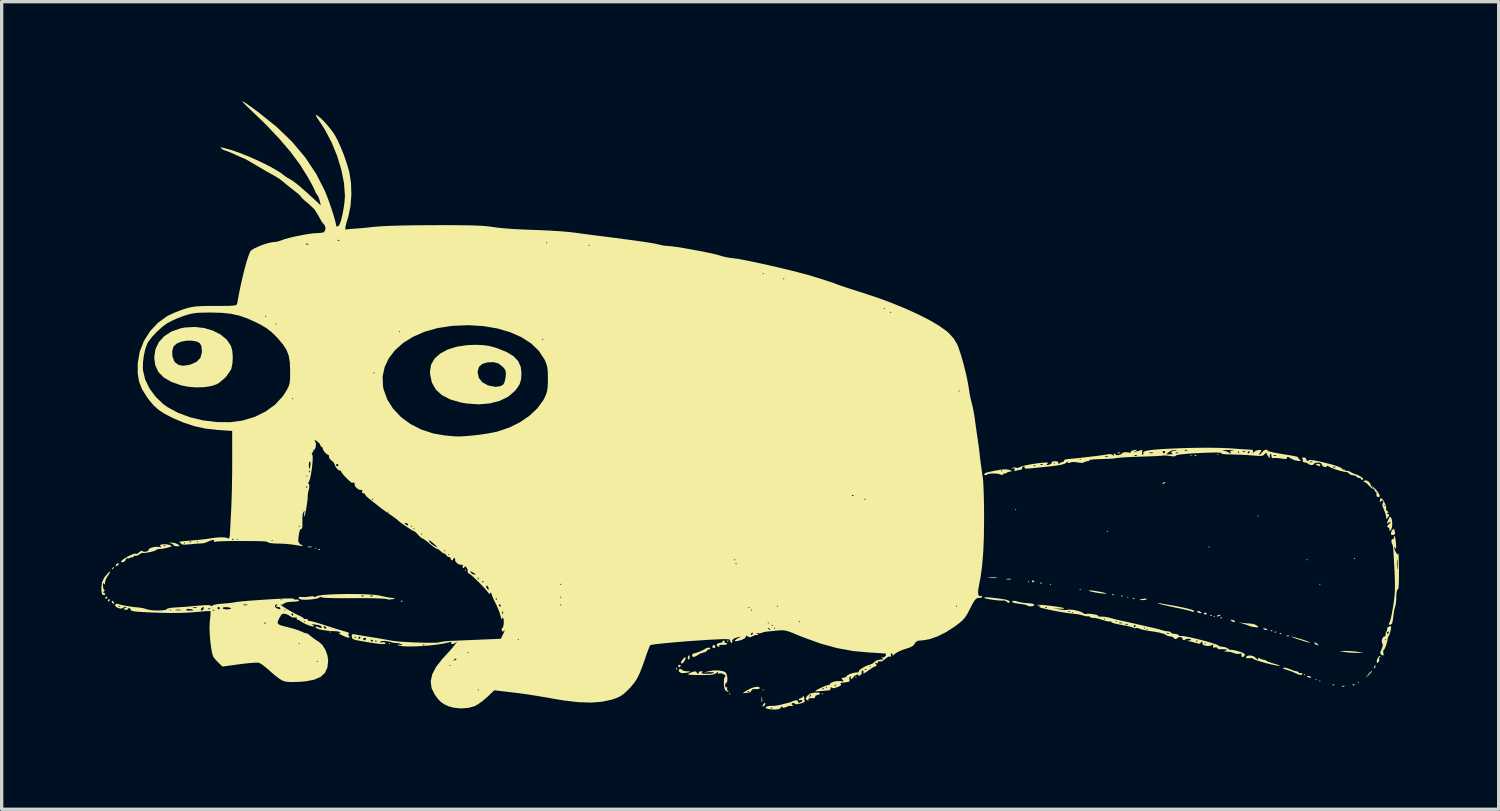
<source format=kicad_pcb>
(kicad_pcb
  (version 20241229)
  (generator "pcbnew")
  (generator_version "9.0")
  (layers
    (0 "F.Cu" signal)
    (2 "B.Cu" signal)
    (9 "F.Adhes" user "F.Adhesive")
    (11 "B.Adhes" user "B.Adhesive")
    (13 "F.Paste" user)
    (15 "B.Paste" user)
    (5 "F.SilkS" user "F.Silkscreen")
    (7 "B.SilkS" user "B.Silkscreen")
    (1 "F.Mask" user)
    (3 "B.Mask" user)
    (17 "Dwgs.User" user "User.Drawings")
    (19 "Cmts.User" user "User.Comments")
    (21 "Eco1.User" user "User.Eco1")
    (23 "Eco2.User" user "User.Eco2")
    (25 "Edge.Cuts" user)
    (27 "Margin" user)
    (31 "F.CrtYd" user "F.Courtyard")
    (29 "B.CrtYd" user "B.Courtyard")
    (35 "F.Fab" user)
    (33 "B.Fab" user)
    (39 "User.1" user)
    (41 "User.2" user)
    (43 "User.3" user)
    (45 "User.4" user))
  (footprint "Perry"
    (layer "F.Cu")
    (at 19.428 10.634)
    (property "Reference" "Perry" (at 0 0 0) (layer "F.SilkS") (effects (font (size 1.524 1.524) (thickness 0.3))))
    (attr board_only exclude_from_pos_files exclude_from_bom)
    (fp_poly (pts (xy -12.952 2.811) (xy -12.971 2.831) (xy -12.991 2.811) (xy -12.971 2.792)) (stroke (width 0) (type solid)) (fill yes) (layer "F.SilkS"))
    (fp_poly (pts (xy -12.525 5.332) (xy -12.545 5.351) (xy -12.564 5.332) (xy -12.545 5.313)) (stroke (width 0) (type solid)) (fill yes) (layer "F.SilkS"))
    (fp_poly (pts (xy -10.742 5.681) (xy -10.761 5.7) (xy -10.78 5.681) (xy -10.761 5.662)) (stroke (width 0) (type solid)) (fill yes) (layer "F.SilkS"))
    (fp_poly (pts (xy -8.454 3.471) (xy -8.473 3.49) (xy -8.493 3.471) (xy -8.473 3.451)) (stroke (width 0) (type solid)) (fill yes) (layer "F.SilkS"))
    (fp_poly (pts (xy -0.504 7.193) (xy -0.524 7.213) (xy -0.543 7.193) (xy -0.524 7.174)) (stroke (width 0) (type solid)) (fill yes) (layer "F.SilkS"))
    (fp_poly (pts (xy 0.504 7.077) (xy 0.485 7.096) (xy 0.465 7.077) (xy 0.485 7.058)) (stroke (width 0) (type solid)) (fill yes) (layer "F.SilkS"))
    (fp_poly (pts (xy 2.288 7.193) (xy 2.269 7.213) (xy 2.249 7.193) (xy 2.269 7.174)) (stroke (width 0) (type solid)) (fill yes) (layer "F.SilkS"))
    (fp_poly (pts (xy 3.296 6.689) (xy 3.277 6.709) (xy 3.257 6.689) (xy 3.277 6.67)) (stroke (width 0) (type solid)) (fill yes) (layer "F.SilkS"))
    (fp_poly (pts (xy 8.105 1.648) (xy 8.085 1.667) (xy 8.066 1.648) (xy 8.085 1.629)) (stroke (width 0) (type solid)) (fill yes) (layer "F.SilkS"))
    (fp_poly (pts (xy 8.493 3.82) (xy 8.473 3.839) (xy 8.454 3.82) (xy 8.473 3.8)) (stroke (width 0) (type solid)) (fill yes) (layer "F.SilkS"))
    (fp_poly (pts (xy 9.152 3.897) (xy 9.132 3.917) (xy 9.113 3.897) (xy 9.132 3.878)) (stroke (width 0) (type solid)) (fill yes) (layer "F.SilkS"))
    (fp_poly (pts (xy 10.044 4.052) (xy 10.024 4.072) (xy 10.005 4.052) (xy 10.024 4.033)) (stroke (width 0) (type solid)) (fill yes) (layer "F.SilkS"))
    (fp_poly (pts (xy 10.858 2.307) (xy 10.839 2.327) (xy 10.819 2.307) (xy 10.839 2.288)) (stroke (width 0) (type solid)) (fill yes) (layer "F.SilkS"))
    (fp_poly (pts (xy 11.478 4.285) (xy 11.459 4.304) (xy 11.44 4.285) (xy 11.459 4.266)) (stroke (width 0) (type solid)) (fill yes) (layer "F.SilkS"))
    (fp_poly (pts (xy 13.379 0.019) (xy 13.359 0.039) (xy 13.34 0.019) (xy 13.359 0)) (stroke (width 0) (type solid)) (fill yes) (layer "F.SilkS"))
    (fp_poly (pts (xy 13.922 2.773) (xy 13.902 2.792) (xy 13.883 2.773) (xy 13.902 2.753)) (stroke (width 0) (type solid)) (fill yes) (layer "F.SilkS"))
    (fp_poly (pts (xy 14.077 4.867) (xy 14.057 4.886) (xy 14.038 4.867) (xy 14.057 4.847)) (stroke (width 0) (type solid)) (fill yes) (layer "F.SilkS"))
    (fp_poly (pts (xy 14.193 -0.019) (xy 14.174 0) (xy 14.154 -0.019) (xy 14.174 -0.039)) (stroke (width 0) (type solid)) (fill yes) (layer "F.SilkS"))
    (fp_poly (pts (xy 15.395 1.842) (xy 15.376 1.861) (xy 15.356 1.842) (xy 15.376 1.823)) (stroke (width 0) (type solid)) (fill yes) (layer "F.SilkS"))
    (fp_poly (pts (xy 16.791 6.612) (xy 16.772 6.631) (xy 16.752 6.612) (xy 16.772 6.592)) (stroke (width 0) (type solid)) (fill yes) (layer "F.SilkS"))
    (fp_poly (pts (xy 16.869 3.16) (xy 16.849 3.18) (xy 16.83 3.16) (xy 16.849 3.141)) (stroke (width 0) (type solid)) (fill yes) (layer "F.SilkS"))
    (fp_poly (pts (xy 17.14 6.767) (xy 17.121 6.786) (xy 17.101 6.767) (xy 17.121 6.747)) (stroke (width 0) (type solid)) (fill yes) (layer "F.SilkS"))
    (fp_poly (pts (xy 17.256 3.897) (xy 17.237 3.917) (xy 17.218 3.897) (xy 17.237 3.878)) (stroke (width 0) (type solid)) (fill yes) (layer "F.SilkS"))
    (fp_poly (pts (xy 17.256 6.806) (xy 17.237 6.825) (xy 17.218 6.806) (xy 17.237 6.786)) (stroke (width 0) (type solid)) (fill yes) (layer "F.SilkS"))
    (fp_poly (pts (xy 18.304 3.122) (xy 18.284 3.141) (xy 18.265 3.122) (xy 18.284 3.102)) (stroke (width 0) (type solid)) (fill yes) (layer "F.SilkS"))
    (fp_poly (pts (xy 18.42 6.844) (xy 18.4 6.864) (xy 18.381 6.844) (xy 18.4 6.825)) (stroke (width 0) (type solid)) (fill yes) (layer "F.SilkS"))
    (fp_poly (pts (xy -12.849 2.844) (xy -12.854 2.867) (xy -12.875 2.87) (xy -12.906 2.855) (xy -12.9 2.844) (xy -12.854 2.839)) (stroke (width 0) (type solid)) (fill yes) (layer "F.SilkS"))
    (fp_poly (pts (xy -10.367 4.395) (xy -10.372 4.418) (xy -10.393 4.421) (xy -10.425 4.407) (xy -10.419 4.395) (xy -10.373 4.39)) (stroke (width 0) (type solid)) (fill yes) (layer "F.SilkS"))
    (fp_poly (pts (xy -2.107 6.411) (xy -2.102 6.457) (xy -2.107 6.463) (xy -2.13 6.458) (xy -2.133 6.437) (xy -2.119 6.405)) (stroke (width 0) (type solid)) (fill yes) (layer "F.SilkS"))
    (fp_poly (pts (xy -0.556 5.597) (xy -0.561 5.62) (xy -0.582 5.623) (xy -0.614 5.609) (xy -0.608 5.597) (xy -0.562 5.592)) (stroke (width 0) (type solid)) (fill yes) (layer "F.SilkS"))
    (fp_poly (pts (xy 8.867 3.852) (xy 8.862 3.875) (xy 8.842 3.878) (xy 8.81 3.864) (xy 8.816 3.852) (xy 8.862 3.847)) (stroke (width 0) (type solid)) (fill yes) (layer "F.SilkS"))
    (fp_poly (pts (xy 11.039 4.201) (xy 11.034 4.224) (xy 11.013 4.227) (xy 10.981 4.213) (xy 10.987 4.201) (xy 11.033 4.196)) (stroke (width 0) (type solid)) (fill yes) (layer "F.SilkS"))
    (fp_poly (pts (xy 11.235 -0.062) (xy 11.224 -0.045) (xy 11.184 -0.042) (xy 11.143 -0.051) (xy 11.161 -0.065) (xy 11.222 -0.07)) (stroke (width 0) (type solid)) (fill yes) (layer "F.SilkS"))
    (fp_poly (pts (xy 11.31 4.24) (xy 11.305 4.263) (xy 11.285 4.266) (xy 11.253 4.251) (xy 11.259 4.24) (xy 11.305 4.235)) (stroke (width 0) (type solid)) (fill yes) (layer "F.SilkS"))
    (fp_poly (pts (xy 11.659 4.317) (xy 11.654 4.34) (xy 11.634 4.343) (xy 11.602 4.329) (xy 11.608 4.317) (xy 11.654 4.313)) (stroke (width 0) (type solid)) (fill yes) (layer "F.SilkS"))
    (fp_poly (pts (xy 13.521 0.013) (xy 13.515 0.036) (xy 13.495 0.039) (xy 13.463 0.025) (xy 13.469 0.013) (xy 13.515 0.008)) (stroke (width 0) (type solid)) (fill yes) (layer "F.SilkS"))
    (fp_poly (pts (xy 13.986 4.821) (xy 13.981 4.845) (xy 13.96 4.847) (xy 13.928 4.833) (xy 13.934 4.821) (xy 13.98 4.817)) (stroke (width 0) (type solid)) (fill yes) (layer "F.SilkS"))
    (fp_poly (pts (xy 14.296 4.899) (xy 14.291 4.922) (xy 14.271 4.925) (xy 14.239 4.911) (xy 14.245 4.899) (xy 14.291 4.894)) (stroke (width 0) (type solid)) (fill yes) (layer "F.SilkS"))
    (fp_poly (pts (xy 15.809 5.287) (xy 15.803 5.31) (xy 15.783 5.313) (xy 15.751 5.298) (xy 15.757 5.287) (xy 15.803 5.282)) (stroke (width 0) (type solid)) (fill yes) (layer "F.SilkS"))
    (fp_poly (pts (xy 15.925 5.326) (xy 15.92 5.349) (xy 15.899 5.351) (xy 15.867 5.337) (xy 15.873 5.326) (xy 15.919 5.321)) (stroke (width 0) (type solid)) (fill yes) (layer "F.SilkS"))
    (fp_poly (pts (xy 16.08 5.364) (xy 16.075 5.387) (xy 16.054 5.39) (xy 16.022 5.376) (xy 16.028 5.364) (xy 16.075 5.36)) (stroke (width 0) (type solid)) (fill yes) (layer "F.SilkS"))
    (fp_poly (pts (xy 16.315 5.444) (xy 16.304 5.462) (xy 16.264 5.465) (xy 16.223 5.455) (xy 16.241 5.441) (xy 16.302 5.437)) (stroke (width 0) (type solid)) (fill yes) (layer "F.SilkS"))
    (fp_poly (pts (xy 17.67 6.916) (xy 17.665 6.939) (xy 17.644 6.941) (xy 17.612 6.927) (xy 17.618 6.916) (xy 17.664 6.911)) (stroke (width 0) (type solid)) (fill yes) (layer "F.SilkS"))
    (fp_poly (pts (xy 17.983 6.957) (xy 17.971 6.974) (xy 17.932 6.977) (xy 17.891 6.968) (xy 17.908 6.954) (xy 17.969 6.949)) (stroke (width 0) (type solid)) (fill yes) (layer "F.SilkS"))
    (fp_poly (pts (xy 18.293 6.918) (xy 18.281 6.936) (xy 18.242 6.938) (xy 18.201 6.929) (xy 18.219 6.915) (xy 18.279 6.91)) (stroke (width 0) (type solid)) (fill yes) (layer "F.SilkS"))
    (fp_poly (pts (xy -18.901 3.267) (xy -18.912 3.303) (xy -18.942 3.334) (xy -18.991 3.359) (xy -19.002 3.342) (xy -18.977 3.291) (xy -18.929 3.261)) (stroke (width 0) (type solid)) (fill yes) (layer "F.SilkS"))
    (fp_poly (pts (xy -0.978 5.729) (xy -0.955 5.759) (xy -0.962 5.809) (xy -0.99 5.817) (xy -1.041 5.797) (xy -1.047 5.78) (xy -1.023 5.729)) (stroke (width 0) (type solid)) (fill yes) (layer "F.SilkS"))
    (fp_poly (pts (xy 12.585 0.822) (xy 12.573 0.851) (xy 12.537 0.87) (xy 12.492 0.882) (xy 12.51 0.853) (xy 12.515 0.848) (xy 12.566 0.818)) (stroke (width 0) (type solid)) (fill yes) (layer "F.SilkS"))
    (fp_poly (pts (xy 13.808 4.752) (xy 13.842 4.789) (xy 13.803 4.808) (xy 13.784 4.809) (xy 13.744 4.789) (xy 13.747 4.769) (xy 13.794 4.747)) (stroke (width 0) (type solid)) (fill yes) (layer "F.SilkS"))
    (fp_poly (pts (xy 14.237 4.817) (xy 14.246 4.837) (xy 14.196 4.858) (xy 14.136 4.867) (xy 14.143 4.843) (xy 14.145 4.841) (xy 14.212 4.813)) (stroke (width 0) (type solid)) (fill yes) (layer "F.SilkS"))
    (fp_poly (pts (xy 15.589 5.224) (xy 15.656 5.25) (xy 15.655 5.269) (xy 15.611 5.274) (xy 15.546 5.253) (xy 15.533 5.239) (xy 15.545 5.219)) (stroke (width 0) (type solid)) (fill yes) (layer "F.SilkS"))
    (fp_poly (pts (xy 16.907 6.659) (xy 16.975 6.684) (xy 16.974 6.704) (xy 16.929 6.709) (xy 16.865 6.687) (xy 16.852 6.674) (xy 16.864 6.654)) (stroke (width 0) (type solid)) (fill yes) (layer "F.SilkS"))
    (fp_poly (pts (xy 18.912 6.38) (xy 18.89 6.409) (xy 18.857 6.433) (xy 18.866 6.394) (xy 18.868 6.387) (xy 18.899 6.34) (xy 18.916 6.339)) (stroke (width 0) (type solid)) (fill yes) (layer "F.SilkS"))
    (fp_poly (pts (xy -19.248 4.289) (xy -19.254 4.304) (xy -19.288 4.341) (xy -19.295 4.343) (xy -19.311 4.313) (xy -19.312 4.304) (xy -19.282 4.267) (xy -19.271 4.266)) (stroke (width 0) (type solid)) (fill yes) (layer "F.SilkS"))
    (fp_poly (pts (xy -19.17 4.367) (xy -19.176 4.382) (xy -19.211 4.419) (xy -19.217 4.421) (xy -19.234 4.391) (xy -19.234 4.382) (xy -19.204 4.345) (xy -19.193 4.343)) (stroke (width 0) (type solid)) (fill yes) (layer "F.SilkS"))
    (fp_poly (pts (xy -19.072 4.412) (xy -19.042 4.462) (xy -19.046 4.478) (xy -19.087 4.477) (xy -19.092 4.472) (xy -19.118 4.413) (xy -19.118 4.407) (xy -19.098 4.392)) (stroke (width 0) (type solid)) (fill yes) (layer "F.SilkS"))
    (fp_poly (pts (xy -19.052 3.399) (xy -19.06 3.413) (xy -19.096 3.45) (xy -19.103 3.451) (xy -19.106 3.426) (xy -19.098 3.413) (xy -19.062 3.375) (xy -19.055 3.374)) (stroke (width 0) (type solid)) (fill yes) (layer "F.SilkS"))
    (fp_poly (pts (xy -13.097 2.767) (xy -13.095 2.779) (xy -13.156 2.785) (xy -13.165 2.785) (xy -13.225 2.779) (xy -13.22 2.767) (xy -13.213 2.765) (xy -13.129 2.76)) (stroke (width 0) (type solid)) (fill yes) (layer "F.SilkS"))
    (fp_poly (pts (xy -1.994 6.339) (xy -1.997 6.36) (xy -2.03 6.397) (xy -2.036 6.398) (xy -2.067 6.371) (xy -2.075 6.36) (xy -2.065 6.327) (xy -2.036 6.321)) (stroke (width 0) (type solid)) (fill yes) (layer "F.SilkS"))
    (fp_poly (pts (xy -1.729 6.051) (xy -1.723 6.091) (xy -1.736 6.153) (xy -1.753 6.166) (xy -1.781 6.134) (xy -1.784 6.11) (xy -1.766 6.047) (xy -1.753 6.035)) (stroke (width 0) (type solid)) (fill yes) (layer "F.SilkS"))
    (fp_poly (pts (xy 0.453 7.3) (xy 0.459 7.398) (xy 0.453 7.436) (xy 0.442 7.448) (xy 0.436 7.394) (xy 0.436 7.368) (xy 0.44 7.297) (xy 0.45 7.289)) (stroke (width 0) (type solid)) (fill yes) (layer "F.SilkS"))
    (fp_poly (pts (xy 0.553 7.47) (xy 0.546 7.521) (xy 0.519 7.554) (xy 0.476 7.581) (xy 0.466 7.573) (xy 0.484 7.514) (xy 0.521 7.47) (xy 0.552 7.469)) (stroke (width 0) (type solid)) (fill yes) (layer "F.SilkS"))
    (fp_poly (pts (xy 7.94 3.735) (xy 7.952 3.746) (xy 7.898 3.752) (xy 7.872 3.753) (xy 7.802 3.748) (xy 7.793 3.738) (xy 7.804 3.735) (xy 7.903 3.729)) (stroke (width 0) (type solid)) (fill yes) (layer "F.SilkS"))
    (fp_poly (pts (xy 8.609 3.781) (xy 8.646 3.816) (xy 8.648 3.822) (xy 8.618 3.839) (xy 8.609 3.839) (xy 8.572 3.809) (xy 8.57 3.798) (xy 8.594 3.775)) (stroke (width 0) (type solid)) (fill yes) (layer "F.SilkS"))
    (fp_poly (pts (xy 13.596 4.702) (xy 13.65 4.731) (xy 13.686 4.761) (xy 13.651 4.769) (xy 13.643 4.769) (xy 13.573 4.749) (xy 13.553 4.731) (xy 13.55 4.697)) (stroke (width 0) (type solid)) (fill yes) (layer "F.SilkS"))
    (fp_poly (pts (xy 14.658 4.984) (xy 14.678 5.002) (xy 14.681 5.037) (xy 14.635 5.031) (xy 14.581 5.002) (xy 14.544 4.972) (xy 14.579 4.964) (xy 14.588 4.964)) (stroke (width 0) (type solid)) (fill yes) (layer "F.SilkS"))
    (fp_poly (pts (xy 17.105 5.653) (xy 17.157 5.684) (xy 17.199 5.726) (xy 17.183 5.738) (xy 17.123 5.714) (xy 17.102 5.702) (xy 17.063 5.663) (xy 17.064 5.648)) (stroke (width 0) (type solid)) (fill yes) (layer "F.SilkS"))
    (fp_poly (pts (xy 17.237 0.286) (xy 17.256 0.31) (xy 17.232 0.346) (xy 17.161 0.323) (xy 17.14 0.31) (xy 17.11 0.282) (xy 17.148 0.272) (xy 17.169 0.272)) (stroke (width 0) (type solid)) (fill yes) (layer "F.SilkS"))
    (fp_poly (pts (xy 18.806 6.502) (xy 18.792 6.535) (xy 18.736 6.599) (xy 18.712 6.623) (xy 18.601 6.728) (xy 18.695 6.607) (xy 18.757 6.535) (xy 18.8 6.501)) (stroke (width 0) (type solid)) (fill yes) (layer "F.SilkS"))
    (fp_poly (pts (xy -1.847 6.118) (xy -1.868 6.185) (xy -1.918 6.257) (xy -1.965 6.282) (xy -1.994 6.269) (xy -1.976 6.218) (xy -1.955 6.185) (xy -1.899 6.116) (xy -1.858 6.088)) (stroke (width 0) (type solid)) (fill yes) (layer "F.SilkS"))
    (fp_poly (pts (xy 7.514 3.695) (xy 7.535 3.703) (xy 7.489 3.709) (xy 7.387 3.711) (xy 7.288 3.708) (xy 7.249 3.703) (xy 7.28 3.695) (xy 7.281 3.695) (xy 7.408 3.688)) (stroke (width 0) (type solid)) (fill yes) (layer "F.SilkS"))
    (fp_poly (pts (xy 12.031 4.338) (xy 12.032 4.338) (xy 12.018 4.358) (xy 11.947 4.371) (xy 11.916 4.372) (xy 11.824 4.373) (xy 11.805 4.367) (xy 11.853 4.35) (xy 11.885 4.34) (xy 11.975 4.326)) (stroke (width 0) (type solid)) (fill yes) (layer "F.SilkS"))
    (fp_poly (pts (xy 18.173 5.908) (xy 18.337 5.924) (xy 18.381 5.931) (xy 18.556 5.962) (xy 18.342 5.962) (xy 18.186 5.956) (xy 18.033 5.942) (xy 17.974 5.933) (xy 17.819 5.905) (xy 18.013 5.903)) (stroke (width 0) (type solid)) (fill yes) (layer "F.SilkS"))
    (fp_poly (pts (xy 19.473 2.249) (xy 19.482 2.271) (xy 19.504 2.358) (xy 19.478 2.404) (xy 19.451 2.417) (xy 19.392 2.41) (xy 19.377 2.391) (xy 19.383 2.324) (xy 19.408 2.275) (xy 19.449 2.23)) (stroke (width 0) (type solid)) (fill yes) (layer "F.SilkS"))
    (fp_poly (pts (xy -17.203 2.659) (xy -17.123 2.696) (xy -17.075 2.737) (xy -17.091 2.752) (xy -17.152 2.753) (xy -17.228 2.742) (xy -17.256 2.717) (xy -17.289 2.683) (xy -17.344 2.664) (xy -17.388 2.652) (xy -17.361 2.646) (xy -17.315 2.643)) (stroke (width 0) (type solid)) (fill yes) (layer "F.SilkS"))
    (fp_poly (pts (xy 19.078 6.06) (xy 19.05 6.075) (xy 19.018 6.113) (xy 19.023 6.13) (xy 19.024 6.19) (xy 19.009 6.229) (xy 18.972 6.266) (xy 18.953 6.258) (xy 18.949 6.194) (xy 18.978 6.116) (xy 19.024 6.06) (xy 19.049 6.053)) (stroke (width 0) (type solid)) (fill yes) (layer "F.SilkS"))
    (fp_poly (pts (xy 10.376 4.084) (xy 10.492 4.1) (xy 10.628 4.124) (xy 10.742 4.148) (xy 10.809 4.168) (xy 10.811 4.178) (xy 10.757 4.179) (xy 10.661 4.171) (xy 10.532 4.153) (xy 10.496 4.147) (xy 10.381 4.124) (xy 10.301 4.1) (xy 10.282 4.09) (xy 10.3 4.081)) (stroke (width 0) (type solid)) (fill yes) (layer "F.SilkS"))
    (fp_poly (pts (xy 14.925 5.061) (xy 15.051 5.075) (xy 15.16 5.08) (xy 15.269 5.101) (xy 15.339 5.137) (xy 15.389 5.179) (xy 15.371 5.192) (xy 15.318 5.192) (xy 15.208 5.178) (xy 15.143 5.159) (xy 15.052 5.125) (xy 14.938 5.087) (xy 14.93 5.084) (xy 14.794 5.042)) (stroke (width 0) (type solid)) (fill yes) (layer "F.SilkS"))
    (fp_poly (pts (xy -1.982 6.449) (xy -1.958 6.476) (xy -1.906 6.503) (xy -1.814 6.515) (xy -1.814 6.515) (xy -1.736 6.519) (xy -1.709 6.528) (xy -1.709 6.529) (xy -1.771 6.552) (xy -1.869 6.567) (xy -1.963 6.569) (xy -1.987 6.565) (xy -2.045 6.524) (xy -2.055 6.493) (xy -2.031 6.443)) (stroke (width 0) (type solid)) (fill yes) (layer "F.SilkS"))
    (fp_poly (pts (xy 16.437 5.481) (xy 16.543 5.51) (xy 16.681 5.551) (xy 16.714 5.561) (xy 16.841 5.604) (xy 16.925 5.636) (xy 16.952 5.653) (xy 16.946 5.654) (xy 16.882 5.643) (xy 16.769 5.613) (xy 16.629 5.569) (xy 16.617 5.565) (xy 16.492 5.522) (xy 16.409 5.489) (xy 16.381 5.473) (xy 16.384 5.472)) (stroke (width 0) (type solid)) (fill yes) (layer "F.SilkS"))
    (fp_poly (pts (xy 8.08 4.4) (xy 8.226 4.439) (xy 8.342 4.459) (xy 8.471 4.467) (xy 8.483 4.467) (xy 8.595 4.481) (xy 8.646 4.512) (xy 8.648 4.52) (xy 8.616 4.549) (xy 8.544 4.562) (xy 8.47 4.555) (xy 8.432 4.533) (xy 8.388 4.516) (xy 8.29 4.497) (xy 8.182 4.482) (xy 8.049 4.461) (xy 7.979 4.435) (xy 7.972 4.415) (xy 8.024 4.393)) (stroke (width 0) (type solid)) (fill yes) (layer "F.SilkS"))
    (fp_poly (pts (xy -0.673 5.608) (xy -0.679 5.623) (xy -0.669 5.656) (xy -0.64 5.662) (xy -0.597 5.679) (xy -0.599 5.698) (xy -0.649 5.719) (xy -0.739 5.719) (xy -0.815 5.718) (xy -0.834 5.739) (xy -0.833 5.741) (xy -0.834 5.774) (xy -0.874 5.773) (xy -0.904 5.753) (xy -0.914 5.707) (xy -0.866 5.67) (xy -0.812 5.662) (xy -0.75 5.645) (xy -0.737 5.623) (xy -0.707 5.586) (xy -0.696 5.584)) (stroke (width 0) (type solid)) (fill yes) (layer "F.SilkS"))
    (fp_poly (pts (xy 7.281 4.291) (xy 7.403 4.305) (xy 7.56 4.324) (xy 7.656 4.336) (xy 7.782 4.358) (xy 7.872 4.387) (xy 7.901 4.411) (xy 7.893 4.453) (xy 7.851 4.454) (xy 7.813 4.419) (xy 7.757 4.388) (xy 7.723 4.387) (xy 7.641 4.388) (xy 7.522 4.379) (xy 7.39 4.363) (xy 7.266 4.343) (xy 7.174 4.323) (xy 7.135 4.304) (xy 7.135 4.304) (xy 7.169 4.288) (xy 7.253 4.288)) (stroke (width 0) (type solid)) (fill yes) (layer "F.SilkS"))
    (fp_poly (pts (xy 16.225 6.413) (xy 16.33 6.447) (xy 16.344 6.453) (xy 16.447 6.495) (xy 16.528 6.514) (xy 16.535 6.515) (xy 16.589 6.534) (xy 16.597 6.552) (xy 16.626 6.574) (xy 16.655 6.568) (xy 16.705 6.569) (xy 16.714 6.588) (xy 16.685 6.627) (xy 16.603 6.616) (xy 16.507 6.573) (xy 16.396 6.525) (xy 16.262 6.478) (xy 16.235 6.47) (xy 16.144 6.438) (xy 16.126 6.415) (xy 16.144 6.408)) (stroke (width 0) (type solid)) (fill yes) (layer "F.SilkS"))
    (fp_poly (pts (xy -1.104 5.818) (xy -1.114 5.85) (xy -1.142 5.856) (xy -1.195 5.873) (xy -1.202 5.89) (xy -1.234 5.926) (xy -1.281 5.945) (xy -1.358 5.965) (xy -1.387 5.973) (xy -1.438 6) (xy -1.492 6.035) (xy -1.585 6.082) (xy -1.642 6.075) (xy -1.655 6.037) (xy -1.629 5.987) (xy -1.613 5.982) (xy -1.546 5.966) (xy -1.449 5.932) (xy -1.352 5.892) (xy -1.288 5.859) (xy -1.28 5.853) (xy -1.218 5.814) (xy -1.145 5.801)) (stroke (width 0) (type solid)) (fill yes) (layer "F.SilkS"))
    (fp_poly (pts (xy 19.396 1.926) (xy 19.408 1.973) (xy 19.417 2.082) (xy 19.405 2.188) (xy 19.376 2.265) (xy 19.344 2.288) (xy 19.325 2.264) (xy 19.331 2.249) (xy 19.323 2.205) (xy 19.294 2.186) (xy 19.259 2.162) (xy 19.279 2.124) (xy 19.317 2.09) (xy 19.365 2.038) (xy 19.365 2.017) (xy 19.364 2.016) (xy 19.307 2.041) (xy 19.281 2.062) (xy 19.257 2.077) (xy 19.265 2.034) (xy 19.282 1.985) (xy 19.328 1.889) (xy 19.365 1.87)) (stroke (width 0) (type solid)) (fill yes) (layer "F.SilkS"))
    (fp_poly (pts (xy 0.385 7.009) (xy 0.388 7.022) (xy 0.354 7.047) (xy 0.269 7.052) (xy 0.262 7.051) (xy 0.17 7.053) (xy 0.137 7.087) (xy 0.136 7.096) (xy 0.099 7.144) (xy 0 7.165) (xy -0.136 7.175) (xy -0.031 7.109) (xy 0.013 7.109) (xy 0.018 7.132) (xy 0.039 7.135) (xy 0.071 7.121) (xy 0.065 7.109) (xy 0.019 7.105) (xy 0.013 7.109) (xy -0.031 7.109) (xy 0.019 7.078) (xy 0.136 7.02) (xy 0.249 6.987) (xy 0.339 6.982)) (stroke (width 0) (type solid)) (fill yes) (layer "F.SilkS"))
    (fp_poly (pts (xy 12.448 4.471) (xy 12.551 4.492) (xy 12.68 4.514) (xy 12.7 4.518) (xy 12.907 4.553) (xy 13.099 4.592) (xy 13.263 4.629) (xy 13.384 4.663) (xy 13.449 4.689) (xy 13.456 4.698) (xy 13.429 4.729) (xy 13.379 4.718) (xy 13.372 4.712) (xy 13.329 4.697) (xy 13.225 4.671) (xy 13.075 4.637) (xy 12.894 4.599) (xy 12.875 4.595) (xy 12.691 4.556) (xy 12.536 4.521) (xy 12.426 4.492) (xy 12.375 4.474) (xy 12.373 4.473) (xy 12.388 4.462)) (stroke (width 0) (type solid)) (fill yes) (layer "F.SilkS"))
    (fp_poly (pts (xy -19.161 3.523) (xy -19.194 3.586) (xy -19.243 3.658) (xy -19.298 3.758) (xy -19.32 3.846) (xy -19.319 3.858) (xy -19.317 3.908) (xy -19.34 3.888) (xy -19.346 3.879) (xy -19.372 3.858) (xy -19.381 3.904) (xy -19.381 3.947) (xy -19.367 4.033) (xy -19.338 4.072) (xy -19.335 4.072) (xy -19.325 4.089) (xy -19.351 4.111) (xy -19.382 4.142) (xy -19.36 4.149) (xy -19.315 4.174) (xy -19.312 4.188) (xy -19.337 4.225) (xy -19.391 4.211) (xy -19.402 4.201) (xy -19.418 4.15) (xy -19.427 4.05) (xy -19.428 3.996) (xy -19.407 3.832) (xy -19.337 3.689) (xy -19.227 3.56) (xy -19.172 3.513)) (stroke (width 0) (type solid)) (fill yes) (layer "F.SilkS"))
    (fp_poly (pts (xy 2.16 7.157) (xy 2.199 7.181) (xy 2.198 7.189) (xy 2.152 7.224) (xy 2.119 7.227) (xy 2.064 7.249) (xy 2.055 7.277) (xy 2.029 7.323) (xy 2.007 7.326) (xy 1.905 7.323) (xy 1.846 7.341) (xy 1.842 7.368) (xy 1.855 7.403) (xy 1.817 7.389) (xy 1.792 7.374) (xy 1.766 7.337) (xy 1.79 7.288) (xy 1.871 7.288) (xy 1.876 7.29) (xy 1.912 7.263) (xy 1.92 7.252) (xy 1.929 7.215) (xy 1.924 7.213) (xy 1.889 7.24) (xy 1.881 7.252) (xy 1.871 7.288) (xy 1.79 7.288) (xy 1.794 7.278) (xy 1.814 7.253) (xy 1.905 7.183) (xy 2.044 7.155) (xy 2.05 7.155)) (stroke (width 0) (type solid)) (fill yes) (layer "F.SilkS"))
    (fp_poly (pts (xy 7.911 0.46) (xy 7.973 0.488) (xy 7.965 0.499) (xy 7.928 0.502) (xy 7.84 0.525) (xy 7.802 0.551) (xy 7.763 0.573) (xy 7.755 0.56) (xy 7.739 0.555) (xy 7.719 0.579) (xy 7.669 0.613) (xy 7.633 0.597) (xy 7.564 0.574) (xy 7.456 0.564) (xy 7.341 0.565) (xy 7.253 0.58) (xy 7.228 0.593) (xy 7.173 0.619) (xy 7.137 0.597) (xy 7.135 0.585) (xy 7.169 0.552) (xy 7.242 0.526) (xy 7.362 0.5) (xy 7.432 0.485) (xy 7.639 0.485) (xy 7.659 0.504) (xy 7.678 0.485) (xy 7.659 0.465) (xy 7.639 0.485) (xy 7.432 0.485) (xy 7.445 0.482) (xy 7.655 0.445) (xy 7.806 0.438)) (stroke (width 0) (type solid)) (fill yes) (layer "F.SilkS"))
    (fp_poly (pts (xy 15.242 6.062) (xy 15.302 6.107) (xy 15.349 6.154) (xy 15.382 6.164) (xy 15.379 6.133) (xy 15.373 6.123) (xy 15.38 6.106) (xy 15.439 6.131) (xy 15.519 6.166) (xy 15.566 6.172) (xy 15.617 6.188) (xy 15.624 6.197) (xy 15.671 6.224) (xy 15.771 6.26) (xy 15.88 6.292) (xy 15.983 6.322) (xy 16.032 6.344) (xy 16.016 6.353) (xy 16.016 6.353) (xy 15.936 6.343) (xy 15.805 6.316) (xy 15.644 6.277) (xy 15.561 6.255) (xy 15.41 6.21) (xy 15.294 6.169) (xy 15.228 6.14) (xy 15.219 6.129) (xy 15.198 6.115) (xy 15.125 6.119) (xy 15.117 6.12) (xy 15.034 6.124) (xy 15.013 6.098) (xy 15.016 6.084) (xy 15.065 6.046) (xy 15.151 6.04)) (stroke (width 0) (type solid)) (fill yes) (layer "F.SilkS"))
    (fp_poly (pts (xy 18.716 0.816) (xy 18.764 0.887) (xy 18.769 0.92) (xy 18.787 0.956) (xy 18.803 0.953) (xy 18.843 0.968) (xy 18.906 1.027) (xy 18.972 1.107) (xy 19.022 1.186) (xy 19.04 1.238) (xy 19.016 1.276) (xy 18.967 1.266) (xy 18.943 1.241) (xy 18.938 1.176) (xy 18.943 1.163) (xy 18.94 1.128) (xy 18.926 1.125) (xy 18.89 1.093) (xy 18.885 1.064) (xy 18.868 1.023) (xy 18.85 1.025) (xy 18.805 1.013) (xy 18.778 0.989) (xy 18.808 0.989) (xy 18.827 1.008) (xy 18.846 0.989) (xy 18.827 0.969) (xy 18.808 0.989) (xy 18.778 0.989) (xy 18.738 0.954) (xy 18.717 0.931) (xy 18.642 0.856) (xy 18.578 0.816) (xy 18.568 0.814) (xy 18.541 0.804) (xy 18.574 0.777) (xy 18.643 0.772)) (stroke (width 0) (type solid)) (fill yes) (layer "F.SilkS"))
    (fp_poly (pts (xy 19.146 1.37) (xy 19.187 1.445) (xy 19.226 1.544) (xy 19.236 1.609) (xy 19.228 1.623) (xy 19.225 1.652) (xy 19.261 1.69) (xy 19.305 1.73) (xy 19.284 1.745) (xy 19.273 1.747) (xy 19.24 1.755) (xy 19.279 1.776) (xy 19.28 1.777) (xy 19.323 1.805) (xy 19.309 1.85) (xy 19.289 1.878) (xy 19.248 1.931) (xy 19.235 1.92) (xy 19.233 1.878) (xy 19.217 1.798) (xy 19.178 1.685) (xy 19.159 1.641) (xy 19.119 1.532) (xy 19.157 1.532) (xy 19.176 1.551) (xy 19.195 1.532) (xy 19.176 1.512) (xy 19.157 1.532) (xy 19.119 1.532) (xy 19.116 1.525) (xy 19.12 1.468) (xy 19.128 1.464) (xy 19.149 1.426) (xy 19.139 1.399) (xy 19.106 1.369) (xy 19.075 1.402) (xy 19.048 1.43) (xy 19.041 1.389) (xy 19.055 1.316) (xy 19.093 1.311)) (stroke (width 0) (type solid)) (fill yes) (layer "F.SilkS"))
    (fp_poly (pts (xy 19.383 5.189) (xy 19.372 5.265) (xy 19.35 5.354) (xy 19.323 5.428) (xy 19.311 5.448) (xy 19.28 5.513) (xy 19.279 5.526) (xy 19.267 5.605) (xy 19.239 5.705) (xy 19.205 5.799) (xy 19.174 5.863) (xy 19.157 5.875) (xy 19.142 5.894) (xy 19.147 5.954) (xy 19.157 6.03) (xy 19.135 6.043) (xy 19.084 6.014) (xy 19.053 5.98) (xy 19.062 5.923) (xy 19.093 5.854) (xy 19.132 5.742) (xy 19.119 5.683) (xy 19.098 5.613) (xy 19.107 5.565) (xy 19.195 5.565) (xy 19.215 5.584) (xy 19.234 5.565) (xy 19.215 5.545) (xy 19.195 5.565) (xy 19.107 5.565) (xy 19.114 5.532) (xy 19.156 5.476) (xy 19.183 5.468) (xy 19.219 5.447) (xy 19.214 5.427) (xy 19.214 5.367) (xy 19.223 5.351) (xy 19.254 5.351) (xy 19.257 5.387) (xy 19.271 5.39) (xy 19.31 5.362) (xy 19.312 5.351) (xy 19.299 5.314) (xy 19.295 5.313) (xy 19.262 5.34) (xy 19.254 5.351) (xy 19.223 5.351) (xy 19.234 5.332) (xy 19.262 5.269) (xy 19.257 5.241) (xy 19.269 5.202) (xy 19.325 5.167) (xy 19.376 5.158)) (stroke (width 0) (type solid)) (fill yes) (layer "F.SilkS"))
    (fp_poly (pts (xy -16.334 -3.814) (xy -16.069 -3.735) (xy -15.838 -3.617) (xy -15.654 -3.463) (xy -15.531 -3.279) (xy -15.526 -3.268) (xy -15.488 -3.123) (xy -15.474 -2.941) (xy -15.483 -2.756) (xy -15.515 -2.598) (xy -15.535 -2.548) (xy -15.686 -2.332) (xy -15.89 -2.161) (xy -15.957 -2.122) (xy -16.122 -2.066) (xy -16.337 -2.034) (xy -16.579 -2.027) (xy -16.824 -2.047) (xy -17.024 -2.088) (xy -17.323 -2.193) (xy -17.552 -2.327) (xy -17.712 -2.492) (xy -17.807 -2.692) (xy -17.838 -2.928) (xy -17.838 -2.928) (xy -17.81 -3.118) (xy -17.296 -3.118) (xy -17.289 -2.963) (xy -17.24 -2.825) (xy -17.2 -2.771) (xy -17.097 -2.7) (xy -16.967 -2.678) (xy -16.795 -2.703) (xy -16.738 -2.718) (xy -16.561 -2.797) (xy -16.449 -2.915) (xy -16.404 -3.073) (xy -16.403 -3.103) (xy -16.415 -3.257) (xy -16.46 -3.353) (xy -16.552 -3.406) (xy -16.685 -3.432) (xy -16.86 -3.434) (xy -17.028 -3.402) (xy -17.167 -3.342) (xy -17.254 -3.262) (xy -17.258 -3.255) (xy -17.296 -3.118) (xy -17.81 -3.118) (xy -17.802 -3.173) (xy -17.698 -3.39) (xy -17.532 -3.571) (xy -17.31 -3.712) (xy -17.038 -3.806) (xy -16.917 -3.829) (xy -16.621 -3.846)) (stroke (width 0) (type solid)) (fill yes) (layer "F.SilkS"))
    (fp_poly (pts (xy -7.964 -3.301) (xy -7.786 -3.279) (xy -7.611 -3.236) (xy -7.504 -3.201) (xy -7.228 -3.09) (xy -7.025 -2.965) (xy -6.887 -2.819) (xy -6.809 -2.647) (xy -6.786 -2.455) (xy -6.798 -2.268) (xy -6.842 -2.123) (xy -6.93 -1.985) (xy -6.984 -1.922) (xy -7.186 -1.748) (xy -7.442 -1.622) (xy -7.742 -1.544) (xy -8.077 -1.517) (xy -8.437 -1.543) (xy -8.625 -1.576) (xy -8.939 -1.668) (xy -9.185 -1.797) (xy -9.365 -1.963) (xy -9.481 -2.169) (xy -9.535 -2.417) (xy -9.538 -2.481) (xy -8.105 -2.481) (xy -8.07 -2.314) (xy -7.968 -2.183) (xy -7.8 -2.091) (xy -7.763 -2.079) (xy -7.566 -2.043) (xy -7.411 -2.066) (xy -7.333 -2.115) (xy -7.298 -2.182) (xy -7.27 -2.294) (xy -7.262 -2.353) (xy -7.256 -2.475) (xy -7.276 -2.556) (xy -7.333 -2.63) (xy -7.351 -2.648) (xy -7.478 -2.746) (xy -7.621 -2.787) (xy -7.8 -2.781) (xy -7.964 -2.735) (xy -8.063 -2.648) (xy -8.104 -2.515) (xy -8.105 -2.481) (xy -9.538 -2.481) (xy -9.539 -2.521) (xy -9.503 -2.721) (xy -9.398 -2.897) (xy -9.231 -3.047) (xy -9.007 -3.166) (xy -8.734 -3.252) (xy -8.418 -3.299) (xy -8.182 -3.308)) (stroke (width 0) (type solid)) (fill yes) (layer "F.SilkS"))
    (fp_poly (pts (xy -11.646 4.193) (xy -11.421 4.201) (xy -11.227 4.214) (xy -11.079 4.232) (xy -11.025 4.243) (xy -10.879 4.277) (xy -10.748 4.3) (xy -10.678 4.307) (xy -10.605 4.311) (xy -10.604 4.322) (xy -10.655 4.345) (xy -10.777 4.358) (xy -10.839 4.343) (xy -10.905 4.333) (xy -11.036 4.325) (xy -11.222 4.318) (xy -11.449 4.315) (xy -11.707 4.314) (xy -11.866 4.315) (xy -12.186 4.316) (xy -12.445 4.314) (xy -12.638 4.308) (xy -12.762 4.299) (xy -12.813 4.286) (xy -12.813 4.285) (xy -12.844 4.274) (xy -12.863 4.293) (xy -12.917 4.319) (xy -13.022 4.341) (xy -13.155 4.357) (xy -13.289 4.363) (xy -13.399 4.358) (xy -13.427 4.353) (xy -13.485 4.321) (xy -13.495 4.297) (xy -13.464 4.274) (xy -13.408 4.279) (xy -13.312 4.285) (xy -13.191 4.271) (xy -13.175 4.268) (xy -13.07 4.254) (xy -13.03 4.271) (xy -13.03 4.274) (xy -13.006 4.286) (xy -12.966 4.261) (xy -12.951 4.256) (xy -11.617 4.256) (xy -11.579 4.263) (xy -11.535 4.256) (xy -11.345 4.256) (xy -11.307 4.263) (xy -11.257 4.255) (xy -11.256 4.242) (xy -11.308 4.233) (xy -11.331 4.239) (xy -11.345 4.256) (xy -11.535 4.256) (xy -11.528 4.255) (xy -11.528 4.242) (xy -11.58 4.233) (xy -11.602 4.239) (xy -11.617 4.256) (xy -12.951 4.256) (xy -12.901 4.239) (xy -12.772 4.221) (xy -12.592 4.207) (xy -12.376 4.197) (xy -12.138 4.191) (xy -11.89 4.19)) (stroke (width 0) (type solid)) (fill yes) (layer "F.SilkS"))
    (fp_poly (pts (xy 1.707 7.271) (xy 1.728 7.32) (xy 1.721 7.336) (xy 1.725 7.389) (xy 1.741 7.405) (xy 1.738 7.431) (xy 1.67 7.466) (xy 1.622 7.482) (xy 1.502 7.508) (xy 1.447 7.497) (xy 1.443 7.491) (xy 1.402 7.467) (xy 1.371 7.472) (xy 1.334 7.498) (xy 1.364 7.528) (xy 1.39 7.554) (xy 1.348 7.561) (xy 1.285 7.559) (xy 1.27 7.555) (xy 1.233 7.566) (xy 1.179 7.592) (xy 1.099 7.616) (xy 1.047 7.589) (xy 1.015 7.567) (xy 1.021 7.586) (xy 1.012 7.627) (xy 0.945 7.655) (xy 0.84 7.668) (xy 0.718 7.662) (xy 0.621 7.644) (xy 0.558 7.619) (xy 0.56 7.614) (xy 0.711 7.614) (xy 0.716 7.637) (xy 0.737 7.639) (xy 0.769 7.625) (xy 0.763 7.614) (xy 0.717 7.609) (xy 0.711 7.614) (xy 0.56 7.614) (xy 0.565 7.593) (xy 0.582 7.581) (xy 0.663 7.557) (xy 0.743 7.556) (xy 0.845 7.553) (xy 0.975 7.531) (xy 1.014 7.522) (xy 1.132 7.491) (xy 1.227 7.468) (xy 1.248 7.464) (xy 1.335 7.435) (xy 1.394 7.408) (xy 1.471 7.385) (xy 1.527 7.396) (xy 1.537 7.436) (xy 1.532 7.445) (xy 1.546 7.462) (xy 1.59 7.457) (xy 1.653 7.424) (xy 1.667 7.398) (xy 1.639 7.376) (xy 1.609 7.382) (xy 1.559 7.383) (xy 1.551 7.367) (xy 1.583 7.333) (xy 1.609 7.329) (xy 1.661 7.307) (xy 1.667 7.288) (xy 1.691 7.265)) (stroke (width 0) (type solid)) (fill yes) (layer "F.SilkS"))
    (fp_poly (pts (xy -0.827 6.492) (xy -0.697 6.521) (xy -0.644 6.55) (xy -0.612 6.608) (xy -0.593 6.697) (xy -0.591 6.788) (xy -0.606 6.851) (xy -0.624 6.864) (xy -0.652 6.896) (xy -0.659 6.944) (xy -0.644 6.999) (xy -0.614 6.996) (xy -0.588 6.991) (xy -0.6 7.017) (xy -0.6 7.077) (xy -0.577 7.1) (xy -0.551 7.129) (xy -0.564 7.135) (xy -0.625 7.11) (xy -0.651 7.089) (xy -0.68 7.026) (xy -0.695 6.927) (xy -0.697 6.817) (xy -0.685 6.724) (xy -0.66 6.673) (xy -0.651 6.67) (xy -0.642 6.652) (xy -0.686 6.612) (xy -0.775 6.576) (xy -0.837 6.58) (xy -0.883 6.588) (xy -0.872 6.55) (xy -0.87 6.529) (xy -0.915 6.561) (xy -0.918 6.564) (xy -0.966 6.595) (xy -1.036 6.615) (xy -1.143 6.626) (xy -1.304 6.629) (xy -1.413 6.628) (xy -1.595 6.626) (xy -1.708 6.621) (xy -1.763 6.613) (xy -1.771 6.598) (xy -1.739 6.577) (xy -1.725 6.569) (xy -1.612 6.524) (xy -1.536 6.52) (xy -1.512 6.554) (xy -1.483 6.591) (xy -1.471 6.592) (xy -1.448 6.569) (xy -1.454 6.554) (xy -1.441 6.524) (xy -1.389 6.515) (xy -1.331 6.521) (xy -1.343 6.544) (xy -1.357 6.554) (xy -1.37 6.576) (xy -1.315 6.589) (xy -1.214 6.592) (xy -1.097 6.587) (xy -1.016 6.574) (xy -0.994 6.563) (xy -1.017 6.546) (xy -1.095 6.54) (xy -1.138 6.542) (xy -1.299 6.551) (xy -1.144 6.511) (xy -0.985 6.488)) (stroke (width 0) (type solid)) (fill yes) (layer "F.SilkS"))
    (fp_poly (pts (xy -17.438 2.699) (xy -17.362 2.718) (xy -17.318 2.741) (xy -17.329 2.762) (xy -17.334 2.765) (xy -17.467 2.804) (xy -17.597 2.83) (xy -17.689 2.835) (xy -17.758 2.848) (xy -17.777 2.866) (xy -17.825 2.891) (xy -17.92 2.919) (xy -18.034 2.942) (xy -18.138 2.956) (xy -18.199 2.954) (xy -18.248 2.971) (xy -18.287 3.003) (xy -18.358 3.04) (xy -18.402 3.038) (xy -18.451 3.042) (xy -18.459 3.062) (xy -18.481 3.09) (xy -18.495 3.085) (xy -18.545 3.089) (xy -18.554 3.1) (xy -18.605 3.122) (xy -18.634 3.116) (xy -18.683 3.123) (xy -18.691 3.152) (xy -18.724 3.207) (xy -18.771 3.23) (xy -18.829 3.232) (xy -18.837 3.211) (xy -18.798 3.168) (xy -18.716 3.111) (xy -18.614 3.053) (xy -18.511 3.004) (xy -18.429 2.975) (xy -18.391 2.977) (xy -18.39 2.978) (xy -18.357 2.984) (xy -18.296 2.94) (xy -18.294 2.937) (xy -18.233 2.892) (xy -18.199 2.894) (xy -18.198 2.895) (xy -18.155 2.92) (xy -18.089 2.918) (xy -18.025 2.894) (xy -18.013 2.87) (xy -17.999 2.834) (xy -17.933 2.8) (xy -17.839 2.775) (xy -17.741 2.768) (xy -17.699 2.774) (xy -17.629 2.784) (xy -17.628 2.77) (xy -17.642 2.759) (xy -17.67 2.727) (xy -17.554 2.727) (xy -17.548 2.75) (xy -17.528 2.753) (xy -17.496 2.739) (xy -17.502 2.727) (xy -17.548 2.723) (xy -17.554 2.727) (xy -17.67 2.727) (xy -17.67 2.727) (xy -17.632 2.705) (xy -17.603 2.697) (xy -17.526 2.691)) (stroke (width 0) (type solid)) (fill yes) (layer "F.SilkS"))
    (fp_poly (pts (xy 19.486 2.442) (xy 19.503 2.494) (xy 19.519 2.58) (xy 19.529 2.686) (xy 19.531 2.797) (xy 19.522 2.835) (xy 19.506 2.811) (xy 19.479 2.768) (xy 19.47 2.778) (xy 19.484 2.842) (xy 19.521 2.927) (xy 19.561 2.994) (xy 19.583 2.995) (xy 19.595 2.961) (xy 19.601 2.972) (xy 19.607 3.05) (xy 19.612 3.182) (xy 19.616 3.359) (xy 19.617 3.483) (xy 19.617 3.733) (xy 19.611 3.913) (xy 19.6 4.021) (xy 19.585 4.053) (xy 19.583 4.052) (xy 19.559 4.072) (xy 19.543 4.159) (xy 19.539 4.234) (xy 19.534 4.373) (xy 19.527 4.461) (xy 19.516 4.523) (xy 19.497 4.586) (xy 19.494 4.595) (xy 19.474 4.68) (xy 19.455 4.804) (xy 19.449 4.859) (xy 19.433 4.976) (xy 19.415 5.061) (xy 19.407 5.082) (xy 19.365 5.114) (xy 19.321 5.115) (xy 19.312 5.099) (xy 19.328 5.052) (xy 19.348 5.012) (xy 19.368 4.947) (xy 19.395 4.825) (xy 19.425 4.663) (xy 19.45 4.511) (xy 19.469 4.375) (xy 19.484 4.251) (xy 19.493 4.127) (xy 19.497 3.992) (xy 19.496 3.834) (xy 19.49 3.642) (xy 19.479 3.404) (xy 19.473 3.296) (xy 19.557 3.296) (xy 19.559 3.403) (xy 19.564 3.45) (xy 19.571 3.43) (xy 19.572 3.422) (xy 19.579 3.286) (xy 19.572 3.17) (xy 19.565 3.141) (xy 19.559 3.18) (xy 19.557 3.28) (xy 19.557 3.296) (xy 19.473 3.296) (xy 19.462 3.107) (xy 19.448 2.859) (xy 19.436 2.757) (xy 19.418 2.693) (xy 19.414 2.688) (xy 19.392 2.637) (xy 19.392 2.575) (xy 19.411 2.538) (xy 19.428 2.54) (xy 19.46 2.53) (xy 19.467 2.497) (xy 19.472 2.438)) (stroke (width 0) (type solid)) (fill yes) (layer "F.SilkS"))
    (fp_poly (pts (xy 16.807 0.094) (xy 16.82 0.121) (xy 16.841 0.172) (xy 16.859 0.183) (xy 16.903 0.177) (xy 16.907 0.163) (xy 16.942 0.156) (xy 17.037 0.166) (xy 17.176 0.191) (xy 17.305 0.219) (xy 17.564 0.284) (xy 17.75 0.34) (xy 17.866 0.388) (xy 17.914 0.429) (xy 17.916 0.438) (xy 17.94 0.453) (xy 17.955 0.446) (xy 17.99 0.45) (xy 17.993 0.465) (xy 18.017 0.49) (xy 18.034 0.484) (xy 18.092 0.485) (xy 18.168 0.52) (xy 18.249 0.565) (xy 18.301 0.582) (xy 18.358 0.6) (xy 18.446 0.646) (xy 18.46 0.654) (xy 18.533 0.705) (xy 18.542 0.736) (xy 18.517 0.751) (xy 18.475 0.755) (xy 18.478 0.736) (xy 18.466 0.706) (xy 18.422 0.698) (xy 18.358 0.682) (xy 18.342 0.659) (xy 18.309 0.63) (xy 18.247 0.62) (xy 18.162 0.602) (xy 18.121 0.572) (xy 18.07 0.527) (xy 18.051 0.523) (xy 17.958 0.51) (xy 17.83 0.478) (xy 17.696 0.437) (xy 17.583 0.394) (xy 17.554 0.379) (xy 17.622 0.379) (xy 17.66 0.385) (xy 17.711 0.378) (xy 17.711 0.364) (xy 17.659 0.355) (xy 17.637 0.361) (xy 17.622 0.379) (xy 17.554 0.379) (xy 17.522 0.361) (xy 17.465 0.329) (xy 17.444 0.349) (xy 17.406 0.374) (xy 17.347 0.358) (xy 17.302 0.314) (xy 17.295 0.287) (xy 17.26 0.245) (xy 17.179 0.233) (xy 17.097 0.244) (xy 17.063 0.271) (xy 17.063 0.271) (xy 17.03 0.303) (xy 16.987 0.31) (xy 16.913 0.292) (xy 16.888 0.271) (xy 16.834 0.239) (xy 16.785 0.233) (xy 16.756 0.223) (xy 16.924 0.223) (xy 16.962 0.23) (xy 17.013 0.222) (xy 17.013 0.209) (xy 16.961 0.2) (xy 16.939 0.206) (xy 16.924 0.223) (xy 16.756 0.223) (xy 16.726 0.214) (xy 16.727 0.177) (xy 16.721 0.118) (xy 16.702 0.103) (xy 16.697 0.087) (xy 16.743 0.081)) (stroke (width 0) (type solid)) (fill yes) (layer "F.SilkS"))
    (fp_poly (pts (xy 8.878 4.519) (xy 9.016 4.532) (xy 9.17 4.55) (xy 9.319 4.57) (xy 9.444 4.591) (xy 9.524 4.61) (xy 9.537 4.615) (xy 9.536 4.63) (xy 9.472 4.635) (xy 9.402 4.632) (xy 9.21 4.618) (xy 9.401 4.653) (xy 9.518 4.669) (xy 9.603 4.672) (xy 9.626 4.667) (xy 9.694 4.657) (xy 9.805 4.666) (xy 9.93 4.69) (xy 10.04 4.723) (xy 10.103 4.757) (xy 10.163 4.794) (xy 10.194 4.792) (xy 10.25 4.782) (xy 10.341 4.787) (xy 10.442 4.801) (xy 10.525 4.821) (xy 10.566 4.843) (xy 10.566 4.85) (xy 10.584 4.869) (xy 10.653 4.87) (xy 10.76 4.874) (xy 10.889 4.898) (xy 10.916 4.906) (xy 11.048 4.942) (xy 11.207 4.981) (xy 11.285 4.997) (xy 11.427 5.028) (xy 11.609 5.069) (xy 11.796 5.112) (xy 11.827 5.119) (xy 11.993 5.158) (xy 12.142 5.192) (xy 12.25 5.215) (xy 12.27 5.22) (xy 12.389 5.249) (xy 12.476 5.277) (xy 12.589 5.306) (xy 12.664 5.313) (xy 12.735 5.326) (xy 12.758 5.351) (xy 12.792 5.379) (xy 12.873 5.39) (xy 12.875 5.39) (xy 12.956 5.403) (xy 12.991 5.433) (xy 12.991 5.433) (xy 13.019 5.458) (xy 13.052 5.453) (xy 13.11 5.453) (xy 13.223 5.472) (xy 13.375 5.503) (xy 13.55 5.544) (xy 13.731 5.591) (xy 13.901 5.637) (xy 14.045 5.681) (xy 14.146 5.717) (xy 14.187 5.742) (xy 14.23 5.768) (xy 14.31 5.778) (xy 14.411 5.797) (xy 14.476 5.834) (xy 14.53 5.872) (xy 14.553 5.871) (xy 14.597 5.87) (xy 14.693 5.889) (xy 14.788 5.914) (xy 14.916 5.957) (xy 14.976 5.997) (xy 14.982 6.032) (xy 14.933 6.082) (xy 14.907 6.088) (xy 14.873 6.062) (xy 14.879 6.026) (xy 14.883 5.982) (xy 14.834 5.985) (xy 14.821 5.989) (xy 14.723 5.992) (xy 14.652 5.968) (xy 14.547 5.934) (xy 14.447 5.924) (xy 14.374 5.922) (xy 14.372 5.909) (xy 14.406 5.893) (xy 14.45 5.87) (xy 14.427 5.859) (xy 14.367 5.854) (xy 14.267 5.85) (xy 14.203 5.853) (xy 14.158 5.832) (xy 14.154 5.816) (xy 14.124 5.79) (xy 14.077 5.797) (xy 14.022 5.805) (xy 14.022 5.763) (xy 14.026 5.751) (xy 14.037 5.704) (xy 14.005 5.719) (xy 13.997 5.725) (xy 13.927 5.751) (xy 13.837 5.753) (xy 13.754 5.735) (xy 13.706 5.701) (xy 13.705 5.681) (xy 13.766 5.681) (xy 13.786 5.7) (xy 13.805 5.681) (xy 13.786 5.662) (xy 13.766 5.681) (xy 13.705 5.681) (xy 13.705 5.676) (xy 13.703 5.629) (xy 13.688 5.623) (xy 13.652 5.653) (xy 13.65 5.664) (xy 13.62 5.687) (xy 13.563 5.677) (xy 13.463 5.649) (xy 13.343 5.621) (xy 13.34 5.621) (xy 13.262 5.602) (xy 13.26 5.597) (xy 13.508 5.597) (xy 13.513 5.62) (xy 13.534 5.623) (xy 13.566 5.609) (xy 13.56 5.597) (xy 13.514 5.592) (xy 13.508 5.597) (xy 13.26 5.597) (xy 13.258 5.592) (xy 13.301 5.588) (xy 13.363 5.578) (xy 13.354 5.556) (xy 13.342 5.547) (xy 13.256 5.534) (xy 13.218 5.548) (xy 13.142 5.581) (xy 13.111 5.565) (xy 13.107 5.534) (xy 13.075 5.494) (xy 13.03 5.484) (xy 12.967 5.497) (xy 12.952 5.515) (xy 12.921 5.542) (xy 12.894 5.545) (xy 12.842 5.524) (xy 12.836 5.507) (xy 12.803 5.477) (xy 12.742 5.468) (xy 12.645 5.447) (xy 12.594 5.414) (xy 12.533 5.385) (xy 12.517 5.381) (xy 12.62 5.381) (xy 12.658 5.387) (xy 12.708 5.38) (xy 12.709 5.367) (xy 12.657 5.358) (xy 12.635 5.364) (xy 12.62 5.381) (xy 12.517 5.381) (xy 12.416 5.354) (xy 12.264 5.325) (xy 12.194 5.315) (xy 12.035 5.29) (xy 11.902 5.263) (xy 11.874 5.255) (xy 12.021 5.255) (xy 12.041 5.274) (xy 12.06 5.255) (xy 12.041 5.235) (xy 12.021 5.255) (xy 11.874 5.255) (xy 11.817 5.238) (xy 11.801 5.229) (xy 11.759 5.216) (xy 11.944 5.216) (xy 11.963 5.235) (xy 11.983 5.216) (xy 11.963 5.196) (xy 11.944 5.216) (xy 11.759 5.216) (xy 11.736 5.208) (xy 11.711 5.216) (xy 11.647 5.218) (xy 11.622 5.205) (xy 11.564 5.182) (xy 11.467 5.158) (xy 11.634 5.158) (xy 11.647 5.195) (xy 11.651 5.196) (xy 11.684 5.169) (xy 11.692 5.158) (xy 11.689 5.122) (xy 11.675 5.119) (xy 11.635 5.147) (xy 11.634 5.158) (xy 11.467 5.158) (xy 11.45 5.153) (xy 11.303 5.125) (xy 11.257 5.117) (xy 11.217 5.11) (xy 11.379 5.11) (xy 11.417 5.116) (xy 11.467 5.109) (xy 11.468 5.095) (xy 11.416 5.086) (xy 11.394 5.092) (xy 11.379 5.11) (xy 11.217 5.11) (xy 11.105 5.088) (xy 11.035 5.068) (xy 11.192 5.068) (xy 11.246 5.074) (xy 11.301 5.068) (xy 11.294 5.054) (xy 11.215 5.049) (xy 11.197 5.054) (xy 11.192 5.068) (xy 11.035 5.068) (xy 11.002 5.059) (xy 10.962 5.034) (xy 10.963 5.029) (xy 10.962 5.022) (xy 11.091 5.022) (xy 11.11 5.041) (xy 11.129 5.022) (xy 11.11 5.002) (xy 11.091 5.022) (xy 10.962 5.022) (xy 10.961 5.009) (xy 10.944 5.017) (xy 10.887 5.019) (xy 10.782 4.997) (xy 10.68 4.966) (xy 10.611 4.944) (xy 10.742 4.944) (xy 10.761 4.964) (xy 10.78 4.944) (xy 10.761 4.925) (xy 10.742 4.944) (xy 10.611 4.944) (xy 10.557 4.928) (xy 10.463 4.908) (xy 10.424 4.91) (xy 10.369 4.907) (xy 10.335 4.886) (xy 10.274 4.856) (xy 10.249 4.859) (xy 10.193 4.86) (xy 10.121 4.839) (xy 10.012 4.809) (xy 9.889 4.791) (xy 9.756 4.778) (xy 9.593 4.755) (xy 9.564 4.75) (xy 9.772 4.75) (xy 9.792 4.77) (xy 9.811 4.75) (xy 9.792 4.731) (xy 9.772 4.75) (xy 9.564 4.75) (xy 9.415 4.726) (xy 9.303 4.705) (xy 9.669 4.705) (xy 9.674 4.728) (xy 9.695 4.731) (xy 9.727 4.717) (xy 9.721 4.705) (xy 9.674 4.7) (xy 9.669 4.705) (xy 9.303 4.705) (xy 9.235 4.693) (xy 9.068 4.658) (xy 8.927 4.626) (xy 8.828 4.598) (xy 8.807 4.589) (xy 8.971 4.589) (xy 8.976 4.612) (xy 8.997 4.615) (xy 9.029 4.6) (xy 9.022 4.589) (xy 8.976 4.584) (xy 8.971 4.589) (xy 8.807 4.589) (xy 8.784 4.578) (xy 8.787 4.572) (xy 8.839 4.549) (xy 8.819 4.541) (xy 8.787 4.54) (xy 8.734 4.53) (xy 8.731 4.519) (xy 8.776 4.514)) (stroke (width 0) (type solid)) (fill yes) (layer "F.SilkS"))
    (fp_poly (pts (xy 14.208 -0.207) (xy 14.518 -0.195) (xy 14.658 -0.185) (xy 14.829 -0.172) (xy 14.985 -0.162) (xy 15.1 -0.156) (xy 15.118 -0.156) (xy 15.205 -0.148) (xy 15.231 -0.12) (xy 15.225 -0.087) (xy 15.212 -0.042) (xy 15.236 -0.063) (xy 15.25 -0.079) (xy 15.308 -0.12) (xy 15.385 -0.144) (xy 15.45 -0.144) (xy 15.473 -0.122) (xy 15.449 -0.072) (xy 15.426 -0.047) (xy 15.404 -0.008) (xy 15.417 0) (xy 15.464 -0.029) (xy 15.502 -0.078) (xy 15.558 -0.132) (xy 15.62 -0.156) (xy 15.662 -0.141) (xy 15.667 -0.122) (xy 15.703 -0.104) (xy 15.801 -0.078) (xy 15.946 -0.049) (xy 16.124 -0.019) (xy 16.131 -0.018) (xy 16.308 0.011) (xy 16.45 0.037) (xy 16.545 0.058) (xy 16.578 0.071) (xy 16.578 0.071) (xy 16.589 0.105) (xy 16.627 0.141) (xy 16.665 0.176) (xy 16.643 0.187) (xy 16.578 0.186) (xy 16.461 0.158) (xy 16.355 0.106) (xy 16.281 0.063) (xy 16.252 0.068) (xy 16.248 0.089) (xy 16.234 0.122) (xy 16.179 0.128) (xy 16.074 0.113) (xy 15.955 0.097) (xy 15.863 0.098) (xy 15.841 0.102) (xy 15.79 0.094) (xy 15.776 0.03) (xy 15.838 0.03) (xy 15.877 0.036) (xy 15.927 0.029) (xy 15.928 0.015) (xy 15.876 0.006) (xy 15.853 0.012) (xy 15.838 0.03) (xy 15.776 0.03) (xy 15.775 0.025) (xy 15.779 -0.013) (xy 15.761 -0.027) (xy 15.747 -0.021) (xy 15.724 0.031) (xy 15.73 0.069) (xy 15.737 0.108) (xy 15.711 0.087) (xy 15.689 0.06) (xy 15.642 -0.012) (xy 15.628 -0.054) (xy 15.61 -0.058) (xy 15.576 -0.021) (xy 15.54 0.015) (xy 15.486 0.033) (xy 15.396 0.035) (xy 15.25 0.024) (xy 15.236 0.023) (xy 15.057 0.009) (xy 14.841 -0.001) (xy 14.63 -0.007) (xy 14.588 -0.008) (xy 14.413 -0.013) (xy 14.306 -0.024) (xy 14.272 -0.04) (xy 14.277 -0.047) (xy 14.263 -0.06) (xy 14.177 -0.067) (xy 14.027 -0.067) (xy 13.819 -0.061) (xy 13.786 -0.06) (xy 13.454 -0.044) (xy 13.198 -0.026) (xy 13.02 -0.007) (xy 12.918 0.014) (xy 12.893 0.037) (xy 12.893 0.037) (xy 12.869 0.048) (xy 12.79 0.045) (xy 12.727 0.037) (xy 12.615 0.023) (xy 12.538 0.02) (xy 12.52 0.023) (xy 12.475 0.029) (xy 12.366 0.036) (xy 12.206 0.044) (xy 12.007 0.052) (xy 11.837 0.057) (xy 11.615 0.065) (xy 11.418 0.074) (xy 11.259 0.084) (xy 11.154 0.093) (xy 11.118 0.099) (xy 11.055 0.11) (xy 10.935 0.119) (xy 10.777 0.126) (xy 10.671 0.129) (xy 10.511 0.134) (xy 10.387 0.144) (xy 10.314 0.156) (xy 10.302 0.165) (xy 10.285 0.188) (xy 10.242 0.194) (xy 10.168 0.209) (xy 10.143 0.229) (xy 10.094 0.245) (xy 10.005 0.24) (xy 9.995 0.238) (xy 9.852 0.217) (xy 9.757 0.223) (xy 9.704 0.246) (xy 9.662 0.249) (xy 9.656 0.228) (xy 9.64 0.208) (xy 9.607 0.24) (xy 9.548 0.276) (xy 9.426 0.307) (xy 9.234 0.336) (xy 9.152 0.345) (xy 8.88 0.374) (xy 8.676 0.395) (xy 8.531 0.409) (xy 8.435 0.415) (xy 8.379 0.415) (xy 8.355 0.409) (xy 8.352 0.397) (xy 8.356 0.389) (xy 8.348 0.355) (xy 8.322 0.349) (xy 8.28 0.374) (xy 8.281 0.399) (xy 8.267 0.442) (xy 8.232 0.451) (xy 8.135 0.469) (xy 8.095 0.483) (xy 8.046 0.493) (xy 8.05 0.451) (xy 8.05 0.45) (xy 8.054 0.405) (xy 8.002 0.41) (xy 7.956 0.422) (xy 7.979 0.4) (xy 7.987 0.394) (xy 8.06 0.376) (xy 8.087 0.389) (xy 8.153 0.398) (xy 8.204 0.372) (xy 8.273 0.346) (xy 8.365 0.323) (xy 8.622 0.323) (xy 8.627 0.346) (xy 8.648 0.349) (xy 8.68 0.335) (xy 8.673 0.323) (xy 8.627 0.319) (xy 8.622 0.323) (xy 8.365 0.323) (xy 8.397 0.316) (xy 8.473 0.301) (xy 8.82 0.301) (xy 8.858 0.307) (xy 8.908 0.3) (xy 8.909 0.287) (xy 8.857 0.278) (xy 8.834 0.284) (xy 8.82 0.301) (xy 8.473 0.301) (xy 8.554 0.285) (xy 8.722 0.259) (xy 8.88 0.241) (xy 9.006 0.233) (xy 9.013 0.233) (xy 9.066 0.24) (xy 9.047 0.263) (xy 9.035 0.271) (xy 9.006 0.302) (xy 9.023 0.31) (xy 9.105 0.296) (xy 9.162 0.262) (xy 9.164 0.252) (xy 9.229 0.252) (xy 9.249 0.271) (xy 9.268 0.252) (xy 9.249 0.233) (xy 9.229 0.252) (xy 9.164 0.252) (xy 9.169 0.229) (xy 9.187 0.205) (xy 9.259 0.194) (xy 9.268 0.194) (xy 9.347 0.204) (xy 9.366 0.231) (xy 9.365 0.233) (xy 9.367 0.268) (xy 9.38 0.271) (xy 9.435 0.243) (xy 9.443 0.232) (xy 9.49 0.21) (xy 9.504 0.216) (xy 9.532 0.209) (xy 9.531 0.188) (xy 9.557 0.148) (xy 9.619 0.136) (xy 10.005 0.136) (xy 10.024 0.155) (xy 10.044 0.136) (xy 10.024 0.116) (xy 10.005 0.136) (xy 9.619 0.136) (xy 9.654 0.129) (xy 9.656 0.129) (xy 9.775 0.119) (xy 9.937 0.103) (xy 10.125 0.082) (xy 10.263 0.066) (xy 10.766 0.066) (xy 10.819 0.071) (xy 10.874 0.065) (xy 10.868 0.052) (xy 10.788 0.047) (xy 10.771 0.052) (xy 10.766 0.066) (xy 10.263 0.066) (xy 10.323 0.059) (xy 10.515 0.036) (xy 10.684 0.014) (xy 10.812 -0.005) (xy 10.885 -0.018) (xy 10.892 -0.02) (xy 10.964 -0.015) (xy 11.006 0.009) (xy 11.048 0.038) (xy 11.045 0.03) (xy 11.65 0.03) (xy 11.689 0.036) (xy 11.739 0.029) (xy 11.739 0.015) (xy 11.688 0.006) (xy 11.665 0.012) (xy 11.65 0.03) (xy 11.045 0.03) (xy 11.04 0.014) (xy 11.038 0.01) (xy 11.033 -0.033) (xy 11.05 -0.039) (xy 11.089 -0.014) (xy 11.091 -0.005) (xy 11.123 0.013) (xy 11.188 0.009) (xy 11.26 -0.016) (xy 11.285 -0.043) (xy 11.317 -0.067) (xy 11.391 -0.077) (xy 11.472 -0.072) (xy 11.524 -0.053) (xy 11.527 -0.048) (xy 11.536 -0.048) (xy 11.533 -0.064) (xy 11.557 -0.107) (xy 11.607 -0.131) (xy 11.699 -0.15) (xy 11.737 -0.147) (xy 11.711 -0.123) (xy 11.692 -0.113) (xy 11.614 -0.076) (xy 11.692 -0.092) (xy 11.797 -0.121) (xy 11.842 -0.137) (xy 11.893 -0.148) (xy 11.895 -0.108) (xy 11.888 -0.083) (xy 11.882 -0.016) (xy 11.905 0) (xy 11.921 -0.013) (xy 12.609 -0.013) (xy 12.732 -0.013) (xy 12.802 -0.017) (xy 12.812 -0.027) (xy 12.807 -0.029) (xy 12.78 -0.048) (xy 12.891 -0.048) (xy 12.929 -0.042) (xy 12.98 -0.049) (xy 12.98 -0.062) (xy 12.928 -0.071) (xy 12.906 -0.065) (xy 12.891 -0.048) (xy 12.78 -0.048) (xy 12.759 -0.063) (xy 12.777 -0.099) (xy 12.851 -0.121) (xy 12.865 -0.122) (xy 12.915 -0.126) (xy 13.163 -0.126) (xy 13.201 -0.119) (xy 13.251 -0.127) (xy 13.252 -0.136) (xy 14.311 -0.136) (xy 14.318 -0.129) (xy 14.329 -0.127) (xy 14.424 -0.104) (xy 14.482 -0.075) (xy 14.544 -0.041) (xy 14.559 -0.039) (xy 14.569 -0.055) (xy 14.545 -0.075) (xy 14.543 -0.078) (xy 14.775 -0.078) (xy 14.789 -0.046) (xy 14.801 -0.052) (xy 14.803 -0.078) (xy 15.065 -0.078) (xy 15.069 -0.042) (xy 15.083 -0.039) (xy 15.122 -0.067) (xy 15.124 -0.078) (xy 15.11 -0.115) (xy 15.107 -0.116) (xy 15.073 -0.089) (xy 15.065 -0.078) (xy 14.803 -0.078) (xy 14.804 -0.087) (xy 14.908 -0.087) (xy 14.946 -0.081) (xy 14.996 -0.088) (xy 14.997 -0.101) (xy 14.945 -0.11) (xy 14.922 -0.104) (xy 14.908 -0.087) (xy 14.804 -0.087) (xy 14.805 -0.098) (xy 14.801 -0.103) (xy 14.777 -0.098) (xy 14.775 -0.078) (xy 14.543 -0.078) (xy 14.526 -0.101) (xy 14.576 -0.12) (xy 14.622 -0.127) (xy 14.653 -0.134) (xy 14.614 -0.14) (xy 14.515 -0.143) (xy 14.484 -0.143) (xy 14.369 -0.141) (xy 14.311 -0.136) (xy 13.252 -0.136) (xy 13.252 -0.14) (xy 13.2 -0.149) (xy 13.177 -0.143) (xy 13.163 -0.126) (xy 12.915 -0.126) (xy 12.931 -0.127) (xy 12.924 -0.135) (xy 12.884 -0.144) (xy 12.788 -0.132) (xy 12.703 -0.087) (xy 12.609 -0.013) (xy 11.921 -0.013) (xy 11.932 -0.022) (xy 11.927 -0.034) (xy 11.924 -0.053) (xy 12.094 -0.053) (xy 12.145 -0.047) (xy 12.157 -0.046) (xy 12.223 -0.051) (xy 12.229 -0.063) (xy 12.226 -0.064) (xy 12.149 -0.072) (xy 12.109 -0.066) (xy 12.094 -0.053) (xy 11.924 -0.053) (xy 11.921 -0.072) (xy 11.955 -0.098) (xy 12.503 -0.098) (xy 12.506 -0.078) (xy 12.539 -0.041) (xy 12.545 -0.039) (xy 12.576 -0.066) (xy 12.584 -0.078) (xy 12.574 -0.11) (xy 12.545 -0.116) (xy 12.503 -0.098) (xy 11.955 -0.098) (xy 11.96 -0.102) (xy 12.05 -0.127) (xy 12.199 -0.148) (xy 12.412 -0.166) (xy 12.622 -0.179) (xy 13.037 -0.197) (xy 13.451 -0.208) (xy 13.847 -0.212)) (stroke (width 0) (type solid)) (fill yes) (layer "F.SilkS"))
    (fp_poly (pts (xy -13.699 4.324) (xy -13.64 4.33) (xy -13.63 4.342) (xy -13.617 4.361) (xy -13.577 4.356) (xy -13.505 4.358) (xy -13.478 4.379) (xy -13.494 4.405) (xy -13.584 4.419) (xy -13.664 4.421) (xy -13.82 4.433) (xy -13.919 4.466) (xy -13.934 4.477) (xy -13.989 4.513) (xy -14.014 4.509) (xy -14.037 4.503) (xy -14.038 4.507) (xy -14.007 4.537) (xy -13.925 4.592) (xy -13.812 4.661) (xy -13.685 4.734) (xy -13.564 4.798) (xy -13.466 4.844) (xy -13.466 4.844) (xy -13.382 4.887) (xy -13.341 4.924) (xy -13.34 4.928) (xy -13.311 4.946) (xy -13.282 4.939) (xy -13.232 4.941) (xy -13.224 4.96) (xy -13.203 4.997) (xy -13.194 4.998) (xy -13.146 5.001) (xy -13.095 5.014) (xy -13.06 5.021) (xy -12.996 5.038) (xy -12.878 5.074) (xy -12.726 5.122) (xy -12.633 5.152) (xy -12.454 5.209) (xy -12.281 5.263) (xy -12.142 5.304) (xy -12.099 5.316) (xy -12.008 5.346) (xy -11.968 5.371) (xy -11.975 5.38) (xy -12.004 5.409) (xy -11.979 5.452) (xy -11.959 5.497) (xy -11.999 5.504) (xy -12.092 5.475) (xy -12.196 5.427) (xy -12.272 5.386) (xy -12.296 5.368) (xy -12.281 5.37) (xy -12.234 5.37) (xy -12.235 5.352) (xy -12.288 5.321) (xy -12.343 5.312) (xy -12.548 5.302) (xy -12.726 5.281) (xy -12.866 5.253) (xy -12.957 5.22) (xy -12.986 5.185) (xy -12.978 5.171) (xy -12.933 5.172) (xy -12.878 5.195) (xy -12.814 5.216) (xy -12.797 5.2) (xy -12.804 5.181) (xy -12.745 5.181) (xy -12.739 5.196) (xy -12.687 5.234) (xy -12.676 5.235) (xy -12.655 5.211) (xy -12.661 5.196) (xy -12.713 5.159) (xy -12.724 5.158) (xy -12.745 5.181) (xy -12.804 5.181) (xy -12.815 5.155) (xy -12.879 5.127) (xy -13.004 5.107) (xy -13.014 5.106) (xy -13.092 5.1) (xy -13.11 5.103) (xy -13.097 5.107) (xy -13.04 5.138) (xy -13.03 5.16) (xy -13.06 5.169) (xy -13.137 5.151) (xy -13.237 5.114) (xy -13.337 5.069) (xy -13.413 5.022) (xy -13.34 5.022) (xy -13.32 5.041) (xy -13.301 5.022) (xy -13.32 5.002) (xy -13.34 5.022) (xy -13.413 5.022) (xy -13.413 5.021) (xy -13.42 5.016) (xy -13.493 4.972) (xy -13.529 4.964) (xy -13.557 4.94) (xy -13.549 4.918) (xy -13.547 4.89) (xy -13.591 4.9) (xy -13.68 4.897) (xy -13.724 4.871) (xy -13.809 4.818) (xy -13.876 4.794) (xy -13.714 4.794) (xy -13.708 4.809) (xy -13.673 4.846) (xy -13.667 4.847) (xy -13.651 4.817) (xy -13.65 4.809) (xy -13.68 4.771) (xy -13.691 4.77) (xy -13.714 4.794) (xy -13.876 4.794) (xy -13.89 4.789) (xy -13.959 4.781) (xy -14.008 4.809) (xy -14.059 4.891) (xy -14.074 4.919) (xy -14.114 5.003) (xy -14.126 5.061) (xy -14.098 5.101) (xy -14.02 5.135) (xy -13.882 5.173) (xy -13.792 5.195) (xy -13.633 5.238) (xy -13.488 5.286) (xy -13.387 5.328) (xy -13.306 5.364) (xy -13.264 5.371) (xy -13.262 5.368) (xy -13.236 5.375) (xy -13.171 5.422) (xy -13.132 5.454) (xy -13.02 5.541) (xy -12.907 5.616) (xy -12.886 5.627) (xy -12.778 5.722) (xy -12.686 5.869) (xy -12.624 6.041) (xy -12.603 6.199) (xy -12.627 6.403) (xy -12.702 6.564) (xy -12.833 6.685) (xy -13.024 6.768) (xy -13.279 6.818) (xy -13.48 6.834) (xy -13.673 6.84) (xy -13.808 6.836) (xy -13.905 6.821) (xy -13.983 6.793) (xy -14.004 6.782) (xy -14.096 6.722) (xy -14.219 6.627) (xy -14.348 6.515) (xy -14.367 6.497) (xy -14.487 6.393) (xy -14.597 6.31) (xy -14.675 6.262) (xy -14.687 6.258) (xy -14.757 6.255) (xy -14.886 6.262) (xy -15.056 6.277) (xy -15.251 6.301) (xy -15.278 6.304) (xy -15.784 6.373) (xy -15.903 6.26) (xy -15.937 6.224) (xy -12.952 6.224) (xy -12.933 6.243) (xy -12.913 6.224) (xy -12.933 6.205) (xy -12.952 6.224) (xy -15.937 6.224) (xy -15.988 6.171) (xy -16.051 6.092) (xy -16.06 6.077) (xy -16.093 5.978) (xy -16.123 5.823) (xy -16.141 5.681) (xy -13.495 5.681) (xy -13.476 5.7) (xy -13.456 5.681) (xy -13.476 5.662) (xy -13.495 5.681) (xy -16.141 5.681) (xy -16.148 5.632) (xy -16.165 5.426) (xy -16.173 5.226) (xy -16.169 5.054) (xy -14.529 5.054) (xy -14.524 5.077) (xy -14.503 5.08) (xy -14.471 5.066) (xy -14.477 5.054) (xy -14.523 5.05) (xy -14.529 5.054) (xy -16.169 5.054) (xy -16.169 5.053) (xy -16.162 4.982) (xy -16.147 4.849) (xy -16.141 4.75) (xy -16.144 4.706) (xy -16.144 4.706) (xy -16.187 4.703) (xy -16.291 4.707) (xy -16.439 4.719) (xy -16.583 4.733) (xy -16.806 4.749) (xy -17.079 4.759) (xy -17.376 4.761) (xy -17.644 4.755) (xy -17.938 4.745) (xy -18.163 4.734) (xy -18.327 4.724) (xy -18.439 4.712) (xy -18.507 4.698) (xy -18.54 4.68) (xy -18.546 4.659) (xy -18.546 4.658) (xy -18.568 4.62) (xy -18.597 4.615) (xy -18.638 4.632) (xy -18.635 4.65) (xy -18.649 4.669) (xy -18.699 4.663) (xy -18.758 4.644) (xy -18.744 4.626) (xy -18.709 4.611) (xy -18.661 4.588) (xy -18.685 4.579) (xy -18.699 4.579) (xy -18.768 4.595) (xy -18.787 4.612) (xy -18.835 4.631) (xy -18.911 4.615) (xy -18.981 4.578) (xy -19.003 4.55) (xy -18.911 4.55) (xy -18.906 4.573) (xy -18.885 4.576) (xy -18.853 4.562) (xy -18.859 4.55) (xy -18.905 4.545) (xy -18.911 4.55) (xy -19.003 4.55) (xy -19.017 4.532) (xy -19.015 4.517) (xy -18.971 4.483) (xy -18.911 4.495) (xy -18.806 4.524) (xy -18.653 4.553) (xy -18.48 4.578) (xy -18.317 4.595) (xy -18.304 4.596) (xy -18.172 4.616) (xy -18.056 4.65) (xy -17.968 4.671) (xy -17.847 4.683) (xy -17.714 4.687) (xy -17.592 4.682) (xy -17.527 4.673) (xy -17.373 4.673) (xy -17.353 4.692) (xy -17.336 4.675) (xy -17.21 4.675) (xy -17.163 4.681) (xy -17.121 4.682) (xy -17.041 4.679) (xy -17.033 4.676) (xy -16.887 4.676) (xy -16.847 4.687) (xy -16.772 4.689) (xy -16.68 4.686) (xy -16.657 4.676) (xy -16.674 4.667) (xy -16.436 4.667) (xy -16.414 4.692) (xy -16.411 4.692) (xy -16.373 4.666) (xy -16.08 4.666) (xy -16.075 4.689) (xy -16.054 4.692) (xy -16.022 4.678) (xy -16.025 4.673) (xy -13.922 4.673) (xy -13.902 4.692) (xy -13.883 4.673) (xy -13.902 4.653) (xy -13.922 4.673) (xy -16.025 4.673) (xy -16.028 4.666) (xy -16.075 4.662) (xy -16.08 4.666) (xy -16.373 4.666) (xy -16.366 4.661) (xy -16.357 4.644) (xy -16.231 4.644) (xy -16.193 4.65) (xy -16.143 4.643) (xy -16.142 4.63) (xy -16.194 4.621) (xy -16.217 4.627) (xy -16.231 4.644) (xy -16.357 4.644) (xy -16.349 4.631) (xy -16.349 4.615) (xy -15.938 4.615) (xy -15.909 4.652) (xy -15.899 4.653) (xy -15.862 4.624) (xy -15.86 4.615) (xy -15.861 4.614) (xy -15.783 4.614) (xy -15.749 4.64) (xy -15.665 4.653) (xy -15.645 4.653) (xy -15.56 4.646) (xy -15.524 4.628) (xy -15.526 4.623) (xy -15.573 4.597) (xy -15.654 4.585) (xy -15.734 4.588) (xy -15.78 4.606) (xy -15.783 4.614) (xy -15.861 4.614) (xy -15.89 4.577) (xy -15.899 4.576) (xy -15.937 4.605) (xy -15.938 4.615) (xy -16.349 4.615) (xy -16.348 4.585) (xy -16.372 4.585) (xy -16.418 4.62) (xy -16.436 4.667) (xy -16.674 4.667) (xy -16.697 4.655) (xy -16.707 4.651) (xy -16.818 4.636) (xy -16.862 4.652) (xy -16.887 4.676) (xy -17.033 4.676) (xy -17.02 4.671) (xy -17.033 4.666) (xy -17.126 4.658) (xy -17.188 4.665) (xy -17.21 4.675) (xy -17.336 4.675) (xy -17.334 4.673) (xy -17.353 4.653) (xy -17.373 4.673) (xy -17.527 4.673) (xy -17.501 4.669) (xy -17.462 4.648) (xy -17.462 4.644) (xy -17.43 4.625) (xy -17.339 4.607) (xy -17.265 4.6) (xy -16.68 4.6) (xy -16.629 4.607) (xy -16.617 4.607) (xy -16.55 4.603) (xy -16.545 4.591) (xy -16.548 4.589) (xy -16.625 4.582) (xy -16.664 4.588) (xy -16.68 4.6) (xy -17.265 4.6) (xy -17.207 4.595) (xy -17.179 4.593) (xy -17 4.582) (xy -16.876 4.572) (xy -14.205 4.572) (xy -14.165 4.611) (xy -14.078 4.649) (xy -14.04 4.632) (xy -14.038 4.615) (xy -14.071 4.584) (xy -14.125 4.575) (xy -14.182 4.569) (xy -14.168 4.546) (xy -14.154 4.537) (xy -14.124 4.506) (xy -14.142 4.499) (xy -14.202 4.522) (xy -14.205 4.572) (xy -16.876 4.572) (xy -16.784 4.565) (xy -16.57 4.546) (xy -16.52 4.542) (xy -16.318 4.526) (xy -16.189 4.525) (xy -16.13 4.541) (xy -16.127 4.545) (xy -16.098 4.56) (xy -16.088 4.541) (xy -16.055 4.523) (xy -15.168 4.523) (xy -15.116 4.529) (xy -15.104 4.53) (xy -15.038 4.525) (xy -15.032 4.513) (xy -15.036 4.512) (xy -15.113 4.504) (xy -15.152 4.51) (xy -15.168 4.523) (xy -16.055 4.523) (xy -16.044 4.517) (xy -15.943 4.496) (xy -15.804 4.482) (xy -15.801 4.482) (xy -15.649 4.47) (xy -15.515 4.456) (xy -15.433 4.443) (xy -15.34 4.427) (xy -15.189 4.411) (xy -14.975 4.392) (xy -14.692 4.372) (xy -14.557 4.363) (xy -14.038 4.363) (xy -14.018 4.382) (xy -13.999 4.363) (xy -14.018 4.343) (xy -14.038 4.363) (xy -14.557 4.363) (xy -14.542 4.362) (xy -14.229 4.342) (xy -13.988 4.329) (xy -13.813 4.323)) (stroke (width 0) (type solid)) (fill yes) (layer "F.SilkS"))
    (fp_poly (pts (xy -15.161 -10.628) (xy -15.078 -10.576) (xy -14.937 -10.477) (xy -14.736 -10.331) (xy -14.697 -10.302) (xy -14.154 -9.866) (xy -13.684 -9.412) (xy -13.286 -8.938) (xy -12.957 -8.441) (xy -12.707 -7.95) (xy -12.645 -7.797) (xy -12.577 -7.616) (xy -12.511 -7.426) (xy -12.451 -7.243) (xy -12.405 -7.086) (xy -12.376 -6.972) (xy -12.371 -6.932) (xy -12.353 -6.874) (xy -12.333 -6.864) (xy -12.286 -6.894) (xy -12.26 -6.932) (xy -12.219 -7.041) (xy -12.179 -7.202) (xy -12.142 -7.392) (xy -12.114 -7.585) (xy -12.1 -7.756) (xy -12.099 -7.802) (xy -12.127 -8.177) (xy -12.209 -8.583) (xy -12.336 -8.999) (xy -12.503 -9.406) (xy -12.703 -9.784) (xy -12.794 -9.927) (xy -12.892 -10.074) (xy -12.952 -10.166) (xy -12.977 -10.214) (xy -12.974 -10.227) (xy -12.947 -10.216) (xy -12.928 -10.206) (xy -12.838 -10.138) (xy -12.722 -10.024) (xy -12.597 -9.882) (xy -12.48 -9.733) (xy -12.417 -9.641) (xy -12.326 -9.478) (xy -12.228 -9.262) (xy -12.13 -9.019) (xy -12.044 -8.771) (xy -11.977 -8.542) (xy -11.965 -8.493) (xy -11.916 -8.173) (xy -11.905 -7.826) (xy -11.931 -7.484) (xy -11.994 -7.176) (xy -12 -7.157) (xy -12.053 -6.98) (xy -12.082 -6.866) (xy -12.089 -6.802) (xy -12.076 -6.777) (xy -12.049 -6.779) (xy -11.99 -6.788) (xy -11.88 -6.798) (xy -11.772 -6.806) (xy -11.618 -6.817) (xy -11.473 -6.831) (xy -11.401 -6.839) (xy -11.22 -6.859) (xy -10.994 -6.876) (xy -10.717 -6.889) (xy -10.384 -6.898) (xy -9.989 -6.905) (xy -9.525 -6.908) (xy -9.249 -6.909) (xy -8.858 -6.909) (xy -8.536 -6.906) (xy -8.273 -6.901) (xy -8.061 -6.894) (xy -7.889 -6.883) (xy -7.749 -6.868) (xy -7.639 -6.852) (xy -7.495 -6.832) (xy -7.29 -6.812) (xy -7.041 -6.794) (xy -6.767 -6.779) (xy -6.483 -6.768) (xy -6.457 -6.767) (xy -6.177 -6.757) (xy -5.897 -6.743) (xy -5.634 -6.726) (xy -5.408 -6.708) (xy -5.238 -6.69) (xy -5.216 -6.687) (xy -5 -6.658) (xy -4.767 -6.627) (xy -4.555 -6.599) (xy -4.498 -6.592) (xy -4.064 -6.537) (xy -3.701 -6.489) (xy -3.401 -6.449) (xy -3.159 -6.415) (xy -2.968 -6.386) (xy -2.821 -6.362) (xy -2.712 -6.34) (xy -2.634 -6.321) (xy -2.621 -6.317) (xy -2.5 -6.292) (xy -2.374 -6.282) (xy -2.276 -6.274) (xy -2.12 -6.253) (xy -1.923 -6.222) (xy -1.7 -6.183) (xy -1.47 -6.14) (xy -1.249 -6.097) (xy -1.054 -6.056) (xy -0.902 -6.02) (xy -0.81 -5.993) (xy -0.694 -5.959) (xy -0.54 -5.929) (xy -0.422 -5.914) (xy -0.284 -5.895) (xy -0.084 -5.859) (xy 0.162 -5.809) (xy 0.442 -5.75) (xy 0.74 -5.683) (xy 1.044 -5.612) (xy 1.338 -5.541) (xy 1.609 -5.472) (xy 1.843 -5.409) (xy 1.997 -5.363) (xy 2.22 -5.294) (xy 2.385 -5.241) (xy 2.512 -5.199) (xy 2.618 -5.162) (xy 2.72 -5.124) (xy 2.734 -5.119) (xy 2.844 -5.08) (xy 3.008 -5.025) (xy 3.205 -4.961) (xy 3.414 -4.894) (xy 3.451 -4.883) (xy 3.909 -4.732) (xy 4.35 -4.57) (xy 4.765 -4.4) (xy 5.145 -4.228) (xy 5.481 -4.057) (xy 5.764 -3.892) (xy 5.984 -3.737) (xy 6.067 -3.665) (xy 6.217 -3.502) (xy 6.319 -3.334) (xy 6.359 -3.238) (xy 6.439 -3) (xy 6.518 -2.724) (xy 6.589 -2.439) (xy 6.645 -2.173) (xy 6.674 -1.997) (xy 6.701 -1.828) (xy 6.735 -1.661) (xy 6.763 -1.551) (xy 6.793 -1.43) (xy 6.826 -1.263) (xy 6.855 -1.08) (xy 6.862 -1.028) (xy 6.887 -0.839) (xy 6.914 -0.65) (xy 6.937 -0.495) (xy 6.942 -0.465) (xy 6.967 -0.292) (xy 6.991 -0.106) (xy 6.998 -0.039) (xy 7.011 0.077) (xy 7.024 0.189) (xy 7.041 0.315) (xy 7.063 0.476) (xy 7.094 0.692) (xy 7.098 0.717) (xy 7.108 0.822) (xy 7.116 0.991) (xy 7.124 1.208) (xy 7.13 1.461) (xy 7.133 1.734) (xy 7.134 1.9) (xy 7.128 2.445) (xy 7.109 2.92) (xy 7.075 3.334) (xy 7.026 3.695) (xy 6.978 3.944) (xy 6.954 4.089) (xy 6.955 4.195) (xy 6.98 4.251) (xy 7.016 4.248) (xy 7.066 4.253) (xy 7.077 4.265) (xy 7.064 4.295) (xy 7.012 4.305) (xy 6.946 4.31) (xy 6.893 4.334) (xy 6.843 4.389) (xy 6.784 4.488) (xy 6.705 4.644) (xy 6.699 4.657) (xy 6.624 4.799) (xy 6.555 4.904) (xy 6.473 4.994) (xy 6.358 5.088) (xy 6.234 5.18) (xy 5.986 5.339) (xy 5.735 5.464) (xy 5.5 5.548) (xy 5.298 5.584) (xy 5.274 5.584) (xy 5.144 5.597) (xy 5.068 5.642) (xy 5.031 5.708) (xy 4.981 5.758) (xy 4.884 5.805) (xy 4.84 5.819) (xy 4.675 5.873) (xy 4.534 5.936) (xy 4.436 5.999) (xy 4.412 6.026) (xy 4.387 6.045) (xy 4.383 6.02) (xy 4.358 5.975) (xy 4.344 5.972) (xy 4.324 6.001) (xy 4.332 6.036) (xy 4.337 6.08) (xy 4.309 6.072) (xy 4.25 6.077) (xy 4.168 6.136) (xy 4.161 6.144) (xy 4.062 6.216) (xy 3.983 6.221) (xy 3.931 6.213) (xy 3.938 6.246) (xy 3.944 6.278) (xy 3.898 6.268) (xy 3.851 6.256) (xy 3.866 6.287) (xy 3.877 6.301) (xy 3.905 6.348) (xy 3.88 6.36) (xy 3.821 6.381) (xy 3.733 6.435) (xy 3.71 6.451) (xy 3.583 6.542) (xy 3.512 6.582) (xy 3.498 6.574) (xy 3.504 6.562) (xy 3.503 6.508) (xy 3.49 6.495) (xy 3.456 6.491) (xy 3.455 6.502) (xy 3.446 6.6) (xy 3.391 6.646) (xy 3.351 6.65) (xy 3.352 6.634) (xy 3.34 6.614) (xy 3.299 6.619) (xy 3.226 6.661) (xy 3.203 6.693) (xy 3.16 6.742) (xy 3.14 6.747) (xy 3.116 6.724) (xy 3.122 6.709) (xy 3.117 6.673) (xy 3.102 6.67) (xy 3.076 6.7) (xy 3.083 6.747) (xy 3.086 6.812) (xy 3.066 6.83) (xy 2.99 6.843) (xy 2.986 6.844) (xy 2.918 6.855) (xy 2.86 6.86) (xy 2.805 6.871) (xy 2.822 6.896) (xy 2.824 6.898) (xy 2.837 6.928) (xy 2.782 6.966) (xy 2.727 6.99) (xy 2.62 7.024) (xy 2.562 7.018) (xy 2.55 7.005) (xy 2.523 6.99) (xy 2.512 7.037) (xy 2.514 7.061) (xy 2.486 7.085) (xy 2.47 7.088) (xy 2.275 7.106) (xy 2.148 7.116) (xy 2.078 7.118) (xy 2.055 7.112) (xy 2.055 7.112) (xy 2.087 7.083) (xy 2.167 7.039) (xy 2.183 7.032) (xy 2.262 7.032) (xy 2.267 7.055) (xy 2.288 7.058) (xy 2.32 7.044) (xy 2.314 7.032) (xy 2.268 7.027) (xy 2.262 7.032) (xy 2.183 7.032) (xy 2.252 7) (xy 2.365 7) (xy 2.385 7.019) (xy 2.404 7) (xy 2.385 6.98) (xy 2.365 7) (xy 2.252 7) (xy 2.268 6.992) (xy 2.367 6.951) (xy 2.4 6.941) (xy 2.637 6.941) (xy 2.651 6.973) (xy 2.663 6.967) (xy 2.667 6.921) (xy 2.663 6.916) (xy 2.64 6.921) (xy 2.637 6.941) (xy 2.4 6.941) (xy 2.439 6.929) (xy 2.458 6.93) (xy 2.48 6.926) (xy 2.482 6.913) (xy 2.516 6.869) (xy 2.6 6.831) (xy 2.707 6.809) (xy 2.808 6.809) (xy 2.826 6.812) (xy 2.894 6.825) (xy 2.9 6.807) (xy 2.875 6.773) (xy 2.844 6.724) (xy 2.877 6.709) (xy 2.904 6.709) (xy 2.969 6.695) (xy 2.986 6.674) (xy 3.019 6.636) (xy 3.1 6.596) (xy 3.201 6.564) (xy 3.291 6.55) (xy 3.31 6.551) (xy 3.359 6.543) (xy 3.36 6.524) (xy 3.377 6.487) (xy 3.423 6.45) (xy 3.542 6.45) (xy 3.547 6.473) (xy 3.568 6.476) (xy 3.6 6.462) (xy 3.593 6.45) (xy 3.547 6.446) (xy 3.542 6.45) (xy 3.423 6.45) (xy 3.444 6.434) (xy 3.536 6.379) (xy 3.684 6.379) (xy 3.703 6.398) (xy 3.723 6.379) (xy 3.703 6.36) (xy 3.684 6.379) (xy 3.536 6.379) (xy 3.538 6.378) (xy 3.638 6.333) (xy 3.703 6.315) (xy 3.79 6.274) (xy 3.832 6.234) (xy 3.91 6.182) (xy 4.006 6.165) (xy 4.084 6.16) (xy 4.094 6.142) (xy 4.072 6.123) (xy 4.036 6.093) (xy 4.067 6.098) (xy 4.078 6.102) (xy 4.134 6.09) (xy 4.177 6.044) (xy 4.182 5.994) (xy 4.177 5.986) (xy 4.135 5.979) (xy 4.031 5.971) (xy 3.882 5.961) (xy 3.702 5.952) (xy 3.202 5.907) (xy 2.707 5.817) (xy 2.201 5.677) (xy 1.667 5.483) (xy 1.513 5.42) (xy 1.342 5.349) (xy 1.218 5.306) (xy 1.119 5.284) (xy 1.022 5.281) (xy 0.904 5.29) (xy 0.893 5.291) (xy 0.749 5.306) (xy 0.627 5.318) (xy 0.562 5.325) (xy 0.475 5.345) (xy 0.44 5.362) (xy 0.368 5.375) (xy 0.323 5.367) (xy 0.277 5.356) (xy 0.299 5.378) (xy 0.31 5.386) (xy 0.342 5.421) (xy 0.32 5.428) (xy 0.268 5.425) (xy 0.262 5.422) (xy 0.225 5.434) (xy 0.162 5.464) (xy 0.082 5.493) (xy 0.02 5.468) (xy 0.015 5.464) (xy -0.029 5.436) (xy -0.032 5.465) (xy -0.031 5.469) (xy -0.057 5.516) (xy -0.145 5.564) (xy -0.171 5.573) (xy -0.289 5.606) (xy -0.357 5.61) (xy -0.367 5.589) (xy -0.312 5.544) (xy -0.291 5.532) (xy -0.175 5.468) (xy -0.291 5.493) (xy -0.398 5.533) (xy -0.448 5.588) (xy -0.441 5.631) (xy -0.451 5.66) (xy -0.463 5.662) (xy -0.499 5.63) (xy -0.504 5.599) (xy -0.512 5.571) (xy -0.545 5.555) (xy -0.615 5.547) (xy -0.735 5.548) (xy -0.919 5.556) (xy -0.94 5.557) (xy -1.182 5.57) (xy -1.444 5.587) (xy -1.715 5.606) (xy -1.984 5.627) (xy -2.239 5.649) (xy -2.469 5.67) (xy -2.662 5.69) (xy -2.808 5.708) (xy -2.894 5.723) (xy -2.913 5.729) (xy -2.936 5.777) (xy -2.977 5.88) (xy -3.029 6.023) (xy -3.063 6.125) (xy -3.153 6.382) (xy -3.233 6.581) (xy -3.311 6.737) (xy -3.397 6.868) (xy -3.498 6.99) (xy -3.569 7.064) (xy -3.698 7.186) (xy -3.811 7.267) (xy -3.941 7.326) (xy -4.075 7.37) (xy -4.362 7.432) (xy -4.691 7.457) (xy -5.069 7.445) (xy -5.503 7.395) (xy -5.759 7.353) (xy -6.067 7.298) (xy -6.319 7.256) (xy -6.536 7.221) (xy -6.738 7.192) (xy -6.945 7.165) (xy -7.178 7.137) (xy -7.204 7.134) (xy -7.603 7.087) (xy -7.814 7.287) (xy -7.945 7.4) (xy -8.082 7.499) (xy -8.191 7.563) (xy -8.383 7.617) (xy -8.608 7.633) (xy -8.833 7.61) (xy -8.981 7.568) (xy -9.116 7.506) (xy -9.218 7.434) (xy -9.311 7.332) (xy -9.396 7.215) (xy -9.465 7.077) (xy -8.105 7.077) (xy -8.085 7.096) (xy -8.066 7.077) (xy -8.085 7.058) (xy -8.105 7.077) (xy -9.465 7.077) (xy -9.492 7.021) (xy -9.518 6.818) (xy -9.471 6.604) (xy -9.352 6.377) (xy -9.323 6.34) (xy -8.958 6.34) (xy -8.938 6.36) (xy -8.919 6.34) (xy -8.938 6.321) (xy -8.958 6.34) (xy -9.323 6.34) (xy -9.207 6.194) (xy -8.838 6.194) (xy -8.799 6.185) (xy -8.791 6.183) (xy -8.744 6.152) (xy -8.744 6.135) (xy -8.785 6.139) (xy -8.813 6.161) (xy -8.838 6.194) (xy -9.207 6.194) (xy -9.158 6.132) (xy -9.081 6.049) (xy -8.994 5.956) (xy -8.991 5.953) (xy -8.415 5.953) (xy -8.396 5.972) (xy -8.376 5.953) (xy -8.396 5.933) (xy -8.415 5.953) (xy -8.991 5.953) (xy -8.907 5.857) (xy -8.829 5.764) (xy -8.769 5.687) (xy -8.735 5.639) (xy -8.738 5.629) (xy -8.765 5.652) (xy -8.828 5.69) (xy -8.883 5.699) (xy -8.905 5.677) (xy -8.897 5.658) (xy -8.9 5.63) (xy -8.943 5.637) (xy -9.099 5.675) (xy -9.298 5.708) (xy -9.524 5.735) (xy -9.76 5.755) (xy -9.989 5.766) (xy -10.195 5.769) (xy -10.362 5.761) (xy -10.473 5.742) (xy -10.49 5.736) (xy -10.529 5.713) (xy -10.502 5.712) (xy -10.451 5.72) (xy -10.379 5.729) (xy -10.375 5.718) (xy -10.381 5.713) (xy -9.759 5.713) (xy -9.754 5.736) (xy -9.733 5.739) (xy -9.702 5.725) (xy -9.708 5.713) (xy -9.754 5.709) (xy -9.759 5.713) (xy -10.381 5.713) (xy -10.403 5.699) (xy -10.492 5.667) (xy -10.539 5.665) (xy -10.632 5.66) (xy -10.664 5.651) (xy -10.783 5.618) (xy -10.902 5.602) (xy -10.996 5.606) (xy -11.034 5.626) (xy -11.033 5.654) (xy -10.982 5.645) (xy -10.909 5.641) (xy -10.878 5.66) (xy -10.882 5.688) (xy -10.94 5.698) (xy -11.058 5.691) (xy -11.242 5.667) (xy -11.411 5.64) (xy -11.608 5.606) (xy -11.742 5.581) (xy -11.825 5.558) (xy -11.87 5.535) (xy -11.889 5.506) (xy -11.892 5.481) (xy -11.815 5.481) (xy -11.809 5.504) (xy -11.789 5.507) (xy -11.692 5.507) (xy -11.689 5.542) (xy -11.675 5.545) (xy -11.556 5.545) (xy -11.528 5.583) (xy -11.52 5.584) (xy -11.515 5.582) (xy -11.323 5.582) (xy -11.295 5.621) (xy -11.285 5.623) (xy -11.247 5.61) (xy -11.246 5.606) (xy -11.253 5.597) (xy -11.194 5.597) (xy -11.189 5.62) (xy -11.168 5.623) (xy -11.136 5.609) (xy -11.142 5.597) (xy -11.188 5.592) (xy -11.194 5.597) (xy -11.253 5.597) (xy -11.273 5.573) (xy -11.285 5.565) (xy -11.32 5.568) (xy -11.323 5.582) (xy -11.515 5.582) (xy -11.467 5.556) (xy -11.459 5.545) (xy -11.468 5.512) (xy -11.496 5.507) (xy -11.549 5.527) (xy -11.556 5.545) (xy -11.675 5.545) (xy -11.635 5.517) (xy -11.634 5.507) (xy -11.647 5.469) (xy -11.651 5.468) (xy -11.684 5.495) (xy -11.692 5.507) (xy -11.789 5.507) (xy -11.757 5.492) (xy -11.763 5.481) (xy -11.809 5.476) (xy -11.815 5.481) (xy -11.892 5.481) (xy -11.895 5.466) (xy -11.895 5.464) (xy -11.885 5.405) (xy -11.828 5.4) (xy -11.816 5.402) (xy -11.743 5.416) (xy -11.614 5.438) (xy -11.449 5.465) (xy -11.323 5.485) (xy -11.129 5.516) (xy -10.941 5.549) (xy -10.786 5.577) (xy -10.722 5.589) (xy -10.609 5.606) (xy -10.446 5.622) (xy -10.249 5.635) (xy -10.034 5.646) (xy -9.816 5.653) (xy -9.612 5.657) (xy -9.438 5.657) (xy -9.309 5.652) (xy -9.242 5.641) (xy -9.242 5.641) (xy -9.171 5.625) (xy -9.046 5.61) (xy -8.893 5.599) (xy -8.861 5.598) (xy -8.704 5.592) (xy -8.495 5.583) (xy -8.259 5.573) (xy -8.064 5.565) (xy -6.903 5.565) (xy -6.883 5.584) (xy -6.864 5.565) (xy -6.883 5.545) (xy -6.903 5.565) (xy -8.064 5.565) (xy -8.021 5.563) (xy -7.979 5.561) (xy -7.408 5.537) (xy -7.349 5.419) (xy -7.336 5.39) (xy 0.116 5.39) (xy 0.13 5.428) (xy 0.133 5.429) (xy 0.167 5.402) (xy 0.175 5.39) (xy 0.171 5.354) (xy 0.157 5.351) (xy 0.118 5.38) (xy 0.116 5.39) (xy -7.336 5.39) (xy -7.308 5.329) (xy -7.292 5.277) (xy -7.302 5.275) (xy -7.324 5.306) (xy -7.354 5.33) (xy -7.377 5.282) (xy -7.378 5.277) (xy -7.383 5.222) (xy -7.369 5.215) (xy -7.358 5.207) (xy 0.627 5.207) (xy 0.636 5.229) (xy 0.675 5.271) (xy 0.698 5.262) (xy 0.698 5.257) (xy 0.67 5.224) (xy 0.659 5.216) (xy 0.814 5.216) (xy 0.834 5.235) (xy 0.853 5.216) (xy 0.834 5.196) (xy 0.814 5.216) (xy 0.659 5.216) (xy 0.653 5.212) (xy 0.627 5.207) (xy -7.358 5.207) (xy -7.344 5.198) (xy -7.329 5.138) (xy 0.737 5.138) (xy 0.756 5.158) (xy 0.776 5.138) (xy 0.756 5.119) (xy 0.737 5.138) (xy -7.329 5.138) (xy -7.327 5.13) (xy -7.32 5.061) (xy 0.62 5.061) (xy 0.64 5.08) (xy 0.659 5.061) (xy 0.64 5.041) (xy 0.62 5.061) (xy -7.32 5.061) (xy -7.319 5.041) (xy -7.32 5.022) (xy 1.551 5.022) (xy 1.571 5.041) (xy 1.59 5.022) (xy 1.571 5.002) (xy 1.551 5.022) (xy -7.32 5.022) (xy -7.323 4.957) (xy -7.336 4.915) (xy -7.362 4.898) (xy -7.371 4.944) (xy -7.381 4.958) (xy -7.401 4.906) (xy -7.414 4.852) (xy -7.447 4.747) (xy -7.365 4.747) (xy -7.358 4.797) (xy -7.345 4.798) (xy -7.335 4.746) (xy -7.341 4.724) (xy -7.359 4.709) (xy -7.365 4.747) (xy -7.447 4.747) (xy -7.455 4.72) (xy -7.475 4.673) (xy 0.116 4.673) (xy 0.136 4.692) (xy 0.155 4.673) (xy 0.136 4.653) (xy 0.116 4.673) (xy -7.475 4.673) (xy -7.507 4.595) (xy 0.039 4.595) (xy 0.058 4.615) (xy 0.078 4.595) (xy 0.058 4.576) (xy 0.039 4.595) (xy -7.507 4.595) (xy -7.52 4.565) (xy -7.541 4.522) (xy -7.471 4.522) (xy -7.465 4.537) (xy -7.43 4.574) (xy -7.424 4.576) (xy -7.413 4.556) (xy 0.892 4.556) (xy 0.911 4.576) (xy 0.931 4.556) (xy 6.282 4.556) (xy 6.302 4.576) (xy 6.321 4.556) (xy 6.302 4.537) (xy 6.282 4.556) (xy 0.931 4.556) (xy 0.911 4.537) (xy 0.892 4.556) (xy -7.413 4.556) (xy -7.407 4.546) (xy -7.407 4.537) (xy -7.422 4.518) (xy -5.623 4.518) (xy -5.604 4.537) (xy -5.584 4.518) (xy -5.604 4.498) (xy -5.623 4.518) (xy -7.422 4.518) (xy -7.437 4.5) (xy -7.448 4.498) (xy -7.471 4.522) (xy -7.541 4.522) (xy -7.565 4.473) (xy -7.625 4.352) (xy -7.629 4.343) (xy -7.562 4.343) (xy -7.548 4.375) (xy -7.536 4.369) (xy -7.531 4.323) (xy -7.536 4.317) (xy -7.559 4.323) (xy -7.562 4.343) (xy -7.629 4.343) (xy -7.653 4.285) (xy -5.623 4.285) (xy -5.604 4.304) (xy -5.584 4.285) (xy -5.604 4.266) (xy -5.623 4.285) (xy -7.653 4.285) (xy -7.666 4.253) (xy -7.678 4.207) (xy -7.701 4.156) (xy -7.719 4.149) (xy -7.742 4.175) (xy -7.736 4.198) (xy -7.74 4.203) (xy -7.78 4.156) (xy -7.801 4.13) (xy -7.885 4.03) (xy -7.929 3.984) (xy -7.85 3.984) (xy -7.83 4.017) (xy -7.783 4.066) (xy -7.772 4.048) (xy -7.783 3.995) (xy -7.814 3.942) (xy -7.84 3.94) (xy -7.85 3.984) (xy -7.929 3.984) (xy -7.993 3.915) (xy -8.01 3.897) (xy -5.623 3.897) (xy -5.604 3.917) (xy -5.584 3.897) (xy -5.604 3.878) (xy -5.623 3.897) (xy -8.01 3.897) (xy -8.093 3.813) (xy -7.975 3.813) (xy -7.97 3.836) (xy -7.95 3.839) (xy -7.918 3.825) (xy -7.924 3.813) (xy -7.97 3.809) (xy -7.975 3.813) (xy -8.093 3.813) (xy -8.109 3.797) (xy -8.188 3.723) (xy -8.105 3.723) (xy -8.091 3.755) (xy -8.079 3.749) (xy -8.074 3.703) (xy -8.079 3.697) (xy -8.102 3.702) (xy -8.105 3.723) (xy -8.188 3.723) (xy -8.221 3.692) (xy -8.313 3.611) (xy -8.372 3.57) (xy -8.381 3.568) (xy -8.408 3.54) (xy -8.404 3.518) (xy -8.405 3.502) (xy -8.323 3.502) (xy -8.315 3.543) (xy -8.261 3.593) (xy -8.207 3.603) (xy -8.158 3.595) (xy -8.182 3.579) (xy -8.267 3.534) (xy -8.29 3.518) (xy -8.323 3.502) (xy -8.405 3.502) (xy -8.41 3.45) (xy -8.439 3.394) (xy -8.479 3.354) (xy -8.493 3.366) (xy -8.521 3.41) (xy -8.535 3.413) (xy -8.56 3.384) (xy -8.554 3.35) (xy -8.551 3.306) (xy -8.591 3.311) (xy -8.657 3.305) (xy -8.703 3.277) (xy -0.349 3.277) (xy -0.33 3.296) (xy -0.31 3.277) (xy -0.33 3.257) (xy -0.349 3.277) (xy -8.703 3.277) (xy -8.729 3.261) (xy -8.78 3.2) (xy -8.784 3.16) (xy -0.388 3.16) (xy -0.368 3.18) (xy -0.349 3.16) (xy -0.368 3.141) (xy -0.388 3.16) (xy -8.784 3.16) (xy -8.786 3.145) (xy -8.785 3.144) (xy -8.786 3.106) (xy -8.8 3.102) (xy -8.84 3.13) (xy -8.842 3.141) (xy -8.871 3.179) (xy -8.88 3.18) (xy -8.914 3.148) (xy -8.919 3.119) (xy -8.937 3.078) (xy -8.955 3.081) (xy -9.002 3.071) (xy -9.046 3.026) (xy -9.065 3.005) (xy -8.997 3.005) (xy -8.977 3.025) (xy -8.958 3.005) (xy -8.977 2.986) (xy -8.997 3.005) (xy -9.065 3.005) (xy -9.094 2.974) (xy -9.12 2.967) (xy -9.156 2.956) (xy -9.21 2.909) (xy -9.233 2.889) (xy -9.113 2.889) (xy -9.094 2.908) (xy -9.074 2.889) (xy -9.094 2.87) (xy -9.113 2.889) (xy -9.233 2.889) (xy -9.278 2.85) (xy -9.327 2.831) (xy -9.379 2.807) (xy -9.467 2.744) (xy -9.55 2.676) (xy -9.649 2.593) (xy -9.674 2.576) (xy -9.569 2.576) (xy -9.561 2.615) (xy -9.503 2.675) (xy -9.414 2.739) (xy -9.404 2.745) (xy -9.334 2.782) (xy -9.32 2.78) (xy -9.362 2.734) (xy -9.424 2.675) (xy -9.504 2.608) (xy -9.558 2.575) (xy -9.569 2.576) (xy -9.674 2.576) (xy -9.729 2.537) (xy -9.765 2.521) (xy -9.813 2.493) (xy -9.883 2.425) (xy -9.904 2.401) (xy -9.919 2.385) (xy -9.811 2.385) (xy -9.792 2.404) (xy -9.772 2.385) (xy -9.792 2.365) (xy -9.811 2.385) (xy -9.919 2.385) (xy -9.967 2.333) (xy -10.002 2.304) (xy -10.005 2.307) (xy -10.033 2.298) (xy -10.106 2.255) (xy -10.146 2.23) (xy -10.044 2.23) (xy -10.024 2.249) (xy -10.005 2.23) (xy -10.024 2.21) (xy -10.044 2.23) (xy -10.146 2.23) (xy -10.206 2.191) (xy -10.264 2.152) (xy -10.121 2.152) (xy -10.102 2.172) (xy -10.082 2.152) (xy -10.102 2.133) (xy -10.121 2.152) (xy -10.264 2.152) (xy -10.315 2.118) (xy -10.393 2.062) (xy -10.312 2.062) (xy -10.284 2.089) (xy -10.276 2.094) (xy -10.218 2.128) (xy -10.2 2.118) (xy -10.199 2.094) (xy -10.231 2.061) (xy -10.267 2.056) (xy -10.312 2.062) (xy -10.393 2.062) (xy -10.415 2.047) (xy -10.487 1.991) (xy -10.512 1.966) (xy -10.554 1.93) (xy -10.642 1.866) (xy -10.75 1.792) (xy -10.846 1.726) (xy -10.819 1.726) (xy -10.8 1.745) (xy -10.78 1.726) (xy -10.8 1.706) (xy -10.819 1.726) (xy -10.846 1.726) (xy -10.887 1.697) (xy -11.019 1.601) (xy -11.096 1.541) (xy -11.214 1.446) (xy -11.343 1.344) (xy -11.352 1.338) (xy -11.285 1.338) (xy -11.265 1.357) (xy -11.246 1.338) (xy 3.529 1.338) (xy 3.548 1.357) (xy 3.568 1.338) (xy 3.548 1.318) (xy 3.529 1.338) (xy -11.246 1.338) (xy -11.265 1.318) (xy -11.285 1.338) (xy -11.352 1.338) (xy -11.371 1.323) (xy -11.45 1.254) (xy -11.48 1.215) (xy 3.154 1.215) (xy 3.159 1.238) (xy 3.18 1.241) (xy 3.212 1.227) (xy 3.206 1.215) (xy 3.16 1.21) (xy 3.154 1.215) (xy -11.48 1.215) (xy -11.49 1.202) (xy -11.49 1.188) (xy -11.5 1.168) (xy -11.534 1.163) (xy -11.584 1.143) (xy -11.579 1.101) (xy -11.576 1.056) (xy -11.613 1.061) (xy -11.673 1.052) (xy -11.742 1.005) (xy -11.796 0.944) (xy -11.808 0.892) (xy -11.806 0.889) (xy -11.814 0.844) (xy -11.827 0.834) (xy -11.863 0.835) (xy -11.866 0.849) (xy -11.891 0.844) (xy -11.955 0.795) (xy -12.041 0.715) (xy -12.132 0.619) (xy -12.195 0.539) (xy -12.215 0.498) (xy -12.231 0.471) (xy -12.24 0.478) (xy -12.279 0.471) (xy -12.335 0.422) (xy -12.385 0.353) (xy -12.401 0.31) (xy -12.37 0.31) (xy -12.341 0.348) (xy -12.332 0.349) (xy -12.294 0.319) (xy -12.293 0.31) (xy -12.322 0.273) (xy -12.332 0.271) (xy -12.369 0.301) (xy -12.37 0.31) (xy -12.401 0.31) (xy -12.409 0.29) (xy -12.409 0.286) (xy -12.439 0.229) (xy -12.504 0.172) (xy -12.568 0.109) (xy -12.577 0.055) (xy -12.585 0.007) (xy -12.609 0) (xy -12.665 -0.03) (xy -12.725 -0.098) (xy -12.764 -0.172) (xy -12.766 -0.204) (xy -12.787 -0.232) (xy -12.797 -0.233) (xy -12.832 -0.264) (xy -12.836 -0.286) (xy -12.866 -0.343) (xy -12.938 -0.406) (xy -12.942 -0.409) (xy -13.008 -0.449) (xy -13.018 -0.443) (xy -12.999 -0.418) (xy -12.969 -0.328) (xy -12.983 -0.215) (xy -13.035 -0.114) (xy -13.063 -0.086) (xy -13.101 -0.035) (xy -13.083 -0.008) (xy -13.069 0.04) (xy -13.069 0.144) (xy -13.079 0.284) (xy -13.097 0.44) (xy -13.121 0.591) (xy -13.148 0.717) (xy -13.176 0.799) (xy -13.189 0.817) (xy -13.208 0.853) (xy -13.195 0.866) (xy -13.168 0.924) (xy -13.177 1.024) (xy -13.197 1.086) (xy -13.214 1.17) (xy -13.218 1.241) (xy -13.223 1.338) (xy -13.239 1.469) (xy -13.261 1.61) (xy -13.286 1.738) (xy -13.31 1.828) (xy -13.324 1.856) (xy -13.335 1.841) (xy -13.327 1.773) (xy -13.325 1.764) (xy -13.314 1.694) (xy -13.326 1.692) (xy -13.339 1.712) (xy -13.36 1.754) (xy -13.373 1.807) (xy -13.378 1.891) (xy -13.379 2.024) (xy -13.378 2.107) (xy -13.385 2.2) (xy -13.407 2.234) (xy -13.414 2.232) (xy -13.445 2.249) (xy -13.471 2.321) (xy -13.474 2.335) (xy -13.498 2.491) (xy -13.503 2.59) (xy -13.485 2.65) (xy -13.442 2.691) (xy -13.417 2.705) (xy -13.362 2.739) (xy -13.364 2.749) (xy -13.432 2.74) (xy -13.476 2.733) (xy -13.709 2.698) (xy -13.91 2.679) (xy -14.122 2.672) (xy -14.134 2.672) (xy -14.264 2.667) (xy -14.365 2.654) (xy -14.405 2.64) (xy -14.426 2.626) (xy -14.454 2.616) (xy -14.5 2.608) (xy -14.574 2.603) (xy -14.687 2.599) (xy -14.849 2.597) (xy -15.07 2.596) (xy -15.287 2.595) (xy -15.512 2.595) (xy -15.712 2.599) (xy -15.872 2.605) (xy -15.98 2.613) (xy -16.02 2.62) (xy -16.048 2.626) (xy -16.039 2.604) (xy -16.037 2.579) (xy -14.309 2.579) (xy -14.29 2.598) (xy -14.271 2.579) (xy -14.29 2.559) (xy -14.309 2.579) (xy -16.037 2.579) (xy -16.036 2.567) (xy -16.089 2.565) (xy -16.181 2.597) (xy -16.219 2.615) (xy -16.317 2.654) (xy -16.393 2.667) (xy -16.464 2.669) (xy -16.587 2.678) (xy -16.735 2.692) (xy -16.743 2.693) (xy -16.909 2.705) (xy -17.003 2.699) (xy -17.024 2.683) (xy -17.044 2.656) (xy -16.946 2.656) (xy -16.927 2.676) (xy -16.907 2.656) (xy -16.927 2.637) (xy -16.946 2.656) (xy -17.044 2.656) (xy -17.056 2.641) (xy -17.092 2.627) (xy -17.085 2.618) (xy -17.041 2.611) (xy -16.778 2.611) (xy -16.773 2.634) (xy -16.752 2.637) (xy -16.72 2.623) (xy -16.723 2.618) (xy -16.558 2.618) (xy -16.539 2.637) (xy -16.52 2.618) (xy -16.539 2.598) (xy -16.558 2.618) (xy -16.723 2.618) (xy -16.727 2.611) (xy -16.773 2.606) (xy -16.778 2.611) (xy -17.041 2.611) (xy -17.014 2.607) (xy -16.89 2.594) (xy -16.772 2.584) (xy -16.577 2.568) (xy -16.385 2.549) (xy -16.269 2.534) (xy -15.499 2.534) (xy -15.493 2.557) (xy -15.473 2.559) (xy -15.441 2.545) (xy -15.443 2.54) (xy -15.356 2.54) (xy -15.337 2.559) (xy -15.318 2.54) (xy -15.337 2.521) (xy -15.356 2.54) (xy -15.443 2.54) (xy -15.447 2.534) (xy -15.493 2.529) (xy -15.499 2.534) (xy -16.269 2.534) (xy -16.226 2.528) (xy -16.174 2.52) (xy -15.98 2.493) (xy -15.809 2.483) (xy -15.679 2.492) (xy -15.607 2.519) (xy -15.606 2.519) (xy -15.581 2.51) (xy -15.563 2.427) (xy -15.558 2.355) (xy -15.552 2.241) (xy -15.547 2.152) (xy -13.495 2.152) (xy -13.476 2.172) (xy -13.456 2.152) (xy -13.476 2.133) (xy -13.495 2.152) (xy -15.547 2.152) (xy -15.543 2.07) (xy -15.533 1.864) (xy -15.521 1.644) (xy -15.518 1.59) (xy -15.51 1.373) (xy -15.502 1.101) (xy -15.499 0.969) (xy -13.262 0.969) (xy -13.248 1.001) (xy -13.236 0.995) (xy -13.232 0.949) (xy -13.236 0.944) (xy -13.259 0.949) (xy -13.262 0.969) (xy -15.499 0.969) (xy -15.496 0.797) (xy -15.494 0.64) (xy -13.262 0.64) (xy -13.243 0.659) (xy -13.224 0.64) (xy -13.243 0.62) (xy -13.262 0.64) (xy -15.494 0.64) (xy -15.492 0.504) (xy -13.185 0.504) (xy -13.171 0.536) (xy -13.159 0.53) (xy -13.154 0.484) (xy -13.159 0.478) (xy -13.182 0.484) (xy -13.185 0.504) (xy -15.492 0.504) (xy -15.492 0.484) (xy -15.491 0.31) (xy -13.185 0.31) (xy -13.18 0.392) (xy -13.17 0.427) (xy -13.17 0.427) (xy -13.154 0.393) (xy -13.138 0.312) (xy -13.138 0.31) (xy -13.135 0.229) (xy -13.152 0.194) (xy -13.153 0.194) (xy -13.175 0.228) (xy -13.185 0.309) (xy -13.185 0.31) (xy -15.491 0.31) (xy -15.491 0.184) (xy -15.491 0.155) (xy -15.491 -0.136) (xy -13.068 -0.136) (xy -13.049 -0.116) (xy -13.03 -0.136) (xy -13.049 -0.155) (xy -13.068 -0.136) (xy -15.491 -0.136) (xy -15.492 -0.717) (xy -15.938 -0.748) (xy -16.297 -0.788) (xy -16.628 -0.86) (xy -16.961 -0.97) (xy -17.279 -1.107) (xy -17.516 -1.228) (xy -17.701 -1.348) (xy -17.855 -1.485) (xy -18.001 -1.66) (xy -18.068 -1.753) (xy -18.208 -1.982) (xy -18.295 -2.205) (xy -18.334 -2.449) (xy -18.334 -2.58) (xy -18.179 -2.58) (xy -18.176 -2.544) (xy -18.112 -2.271) (xy -17.982 -2) (xy -17.796 -1.746) (xy -17.564 -1.524) (xy -17.45 -1.441) (xy -17.13 -1.266) (xy -16.761 -1.129) (xy -16.361 -1.033) (xy -15.95 -0.983) (xy -15.548 -0.98) (xy -15.185 -1.028) (xy -14.819 -1.137) (xy -14.487 -1.3) (xy -14.201 -1.508) (xy -14.036 -1.687) (xy -13.689 -1.687) (xy -13.669 -1.667) (xy -13.65 -1.687) (xy -13.669 -1.706) (xy -13.689 -1.687) (xy -14.036 -1.687) (xy -13.972 -1.756) (xy -13.896 -1.87) (xy -13.83 -1.981) (xy -13.787 -2.069) (xy -13.763 -2.156) (xy -13.751 -2.264) (xy -13.749 -2.359) (xy -10.964 -2.359) (xy -10.954 -2.062) (xy -10.936 -1.971) (xy -10.827 -1.666) (xy -10.65 -1.386) (xy -10.415 -1.137) (xy -10.129 -0.926) (xy -9.8 -0.758) (xy -9.437 -0.64) (xy -9.113 -0.584) (xy -8.939 -0.566) (xy -8.81 -0.555) (xy -8.702 -0.551) (xy -8.59 -0.553) (xy -8.453 -0.563) (xy -8.264 -0.579) (xy -8.24 -0.581) (xy -8.024 -0.606) (xy -7.795 -0.641) (xy -7.591 -0.68) (xy -7.504 -0.7) (xy -7.153 -0.819) (xy -6.828 -0.981) (xy -6.541 -1.178) (xy -6.304 -1.402) (xy -6.13 -1.642) (xy -6.099 -1.699) (xy -6.047 -1.816) (xy -6.015 -1.92) (xy 6.36 -1.92) (xy 6.379 -1.9) (xy 6.398 -1.92) (xy 6.379 -1.939) (xy 6.36 -1.92) (xy -6.015 -1.92) (xy -6.015 -1.921) (xy -5.998 -2.039) (xy -5.992 -2.198) (xy -5.991 -2.288) (xy -5.994 -2.473) (xy -6.005 -2.606) (xy -6.03 -2.714) (xy -6.073 -2.822) (xy -6.1 -2.877) (xy -6.266 -3.129) (xy -6.496 -3.35) (xy -6.683 -3.471) (xy -6.166 -3.471) (xy -6.146 -3.451) (xy -6.127 -3.471) (xy -6.146 -3.49) (xy -6.166 -3.471) (xy -6.683 -3.471) (xy -6.785 -3.536) (xy -7.125 -3.687) (xy -7.509 -3.8) (xy -7.93 -3.871) (xy -8.381 -3.899) (xy -8.855 -3.88) (xy -8.887 -3.877) (xy -9.313 -3.812) (xy -9.7 -3.702) (xy -10.045 -3.552) (xy -10.343 -3.367) (xy -10.588 -3.151) (xy -10.776 -2.908) (xy -10.903 -2.642) (xy -10.964 -2.359) (xy -13.749 -2.359) (xy -13.748 -2.416) (xy -13.748 -2.462) (xy -11.246 -2.462) (xy -11.226 -2.443) (xy -11.207 -2.462) (xy -11.226 -2.482) (xy -11.246 -2.462) (xy -13.748 -2.462) (xy -13.748 -2.521) (xy -13.756 -2.771) (xy -13.788 -2.972) (xy -13.853 -3.145) (xy -13.959 -3.314) (xy -14.117 -3.501) (xy -14.162 -3.55) (xy -14.309 -3.694) (xy -14.321 -3.703) (xy -10.47 -3.703) (xy -10.451 -3.684) (xy -10.431 -3.703) (xy -10.451 -3.723) (xy -10.47 -3.703) (xy -14.321 -3.703) (xy -14.46 -3.81) (xy -14.643 -3.918) (xy -14.679 -3.936) (xy -14.193 -3.936) (xy -14.174 -3.917) (xy -14.154 -3.936) (xy -14.174 -3.955) (xy -14.193 -3.936) (xy -14.679 -3.936) (xy -14.747 -3.971) (xy -15.024 -4.097) (xy -15.228 -4.169) (xy -14.503 -4.169) (xy -14.484 -4.149) (xy -14.464 -4.169) (xy -14.484 -4.188) (xy -14.503 -4.169) (xy -15.228 -4.169) (xy -15.276 -4.185) (xy -15.529 -4.242) (xy -15.807 -4.271) (xy -16.135 -4.28) (xy -16.151 -4.28) (xy -16.373 -4.277) (xy -16.539 -4.27) (xy -16.673 -4.253) (xy -16.797 -4.225) (xy -16.933 -4.183) (xy -16.966 -4.172) (xy -17.139 -4.107) (xy -17.309 -4.03) (xy -17.443 -3.959) (xy -17.456 -3.951) (xy -17.608 -3.838) (xy -17.765 -3.694) (xy -17.909 -3.539) (xy -18.017 -3.397) (xy -18.044 -3.35) (xy -18.103 -3.193) (xy -18.149 -2.99) (xy -18.176 -2.775) (xy -18.179 -2.58) (xy -18.334 -2.58) (xy -18.334 -2.737) (xy -18.333 -2.752) (xy -18.275 -3.096) (xy -18.149 -3.421) (xy -17.963 -3.717) (xy -17.725 -3.971) (xy -17.445 -4.173) (xy -17.237 -4.272) (xy -17.204 -4.285) (xy 4.304 -4.285) (xy 4.324 -4.266) (xy 4.343 -4.285) (xy 4.324 -4.304) (xy 4.304 -4.285) (xy -17.204 -4.285) (xy -17.043 -4.347) (xy -16.886 -4.401) (xy -16.884 -4.401) (xy 4.111 -4.401) (xy 4.13 -4.382) (xy 4.149 -4.401) (xy 4.13 -4.421) (xy 4.111 -4.401) (xy -16.884 -4.401) (xy -16.746 -4.438) (xy -16.603 -4.461) (xy -16.439 -4.473) (xy -16.234 -4.478) (xy -16.004 -4.479) (xy -15.765 -4.479) (xy -15.593 -4.481) (xy -15.476 -4.487) (xy -15.403 -4.496) (xy -15.364 -4.512) (xy -15.346 -4.534) (xy -15.34 -4.556) (xy -15.292 -4.821) (xy -15.237 -5.09) (xy -15.191 -5.293) (xy 1.086 -5.293) (xy 1.105 -5.274) (xy 1.125 -5.293) (xy 1.105 -5.313) (xy 1.086 -5.293) (xy -15.191 -5.293) (xy -15.177 -5.354) (xy -15.154 -5.448) (xy 0.465 -5.448) (xy 0.485 -5.429) (xy 0.504 -5.448) (xy 0.485 -5.468) (xy 0.465 -5.448) (xy -15.154 -5.448) (xy -15.116 -5.599) (xy -15.057 -5.813) (xy -15.002 -5.984) (xy -14.956 -6.099) (xy -14.929 -6.143) (xy -14.84 -6.202) (xy -14.703 -6.267) (xy -14.614 -6.302) (xy -4.77 -6.302) (xy -4.75 -6.282) (xy -4.731 -6.302) (xy -4.75 -6.321) (xy -4.77 -6.302) (xy -14.614 -6.302) (xy -14.544 -6.329) (xy -14.539 -6.33) (xy -13.284 -6.33) (xy -13.246 -6.324) (xy -13.196 -6.331) (xy -13.195 -6.344) (xy -13.247 -6.354) (xy -13.27 -6.347) (xy -13.284 -6.33) (xy -14.539 -6.33) (xy -14.39 -6.375) (xy -14.37 -6.379) (xy -6.049 -6.379) (xy -6.03 -6.36) (xy -6.011 -6.379) (xy -6.03 -6.398) (xy -6.049 -6.379) (xy -14.37 -6.379) (xy -14.268 -6.398) (xy -14.25 -6.398) (xy -14.119 -6.416) (xy -13.999 -6.456) (xy -13.982 -6.463) (xy -12.319 -6.463) (xy -12.313 -6.44) (xy -12.293 -6.437) (xy -12.261 -6.451) (xy -12.267 -6.463) (xy -12.313 -6.468) (xy -12.319 -6.463) (xy -13.982 -6.463) (xy -13.906 -6.491) (xy -13.757 -6.531) (xy -13.574 -6.573) (xy -13.378 -6.612) (xy -13.19 -6.644) (xy -13.032 -6.665) (xy -12.946 -6.67) (xy -12.833 -6.676) (xy -12.748 -6.691) (xy -12.742 -6.693) (xy -12.693 -6.748) (xy -12.684 -6.834) (xy -12.718 -6.919) (xy -12.741 -6.943) (xy -12.79 -7.004) (xy -12.853 -7.11) (xy -12.897 -7.196) (xy -13.017 -7.386) (xy -13.196 -7.555) (xy -13.205 -7.563) (xy -13.311 -7.649) (xy -13.387 -7.719) (xy -13.417 -7.759) (xy -13.417 -7.759) (xy -13.446 -7.798) (xy -13.522 -7.866) (xy -13.621 -7.944) (xy -13.751 -8.045) (xy -13.877 -8.146) (xy -13.947 -8.207) (xy -14.068 -8.301) (xy -14.202 -8.385) (xy -14.219 -8.394) (xy -14.314 -8.446) (xy -14.455 -8.525) (xy -14.619 -8.621) (xy -14.744 -8.695) (xy -14.896 -8.784) (xy -15.022 -8.857) (xy -15.107 -8.904) (xy -15.139 -8.919) (xy -15.181 -8.934) (xy -15.273 -8.974) (xy -15.397 -9.03) (xy -15.408 -9.035) (xy -15.537 -9.093) (xy -15.639 -9.134) (xy -15.693 -9.152) (xy -15.695 -9.152) (xy -15.75 -9.173) (xy -15.805 -9.207) (xy -15.844 -9.241) (xy -15.831 -9.249) (xy -15.754 -9.235) (xy -15.725 -9.228) (xy -15.515 -9.17) (xy -15.269 -9.084) (xy -15.002 -8.978) (xy -14.731 -8.859) (xy -14.471 -8.734) (xy -14.239 -8.61) (xy -14.05 -8.496) (xy -13.935 -8.409) (xy -13.849 -8.347) (xy -13.744 -8.286) (xy -13.657 -8.233) (xy -13.542 -8.147) (xy -13.393 -8.021) (xy -13.201 -7.851) (xy -13.035 -7.698) (xy -12.826 -7.504) (xy -12.855 -7.637) (xy -12.89 -7.744) (xy -12.934 -7.821) (xy -12.937 -7.824) (xy -12.982 -7.888) (xy -12.991 -7.917) (xy -13.009 -7.965) (xy -13.058 -8.065) (xy -13.131 -8.202) (xy -13.213 -8.351) (xy -13.447 -8.724) (xy -13.732 -9.109) (xy -14.074 -9.511) (xy -14.477 -9.936) (xy -14.93 -10.373) (xy -15.07 -10.506) (xy -15.156 -10.593) (xy -15.187 -10.634)) (stroke (width 0) (type solid)) (fill yes) (layer "F.SilkS")))
  (gr_rect
    (start -3 -3)
    (end 42.046 21.301)
    (stroke (width 0.1) (type default))
    (fill no)
    (layer "Edge.Cuts")))
</source>
